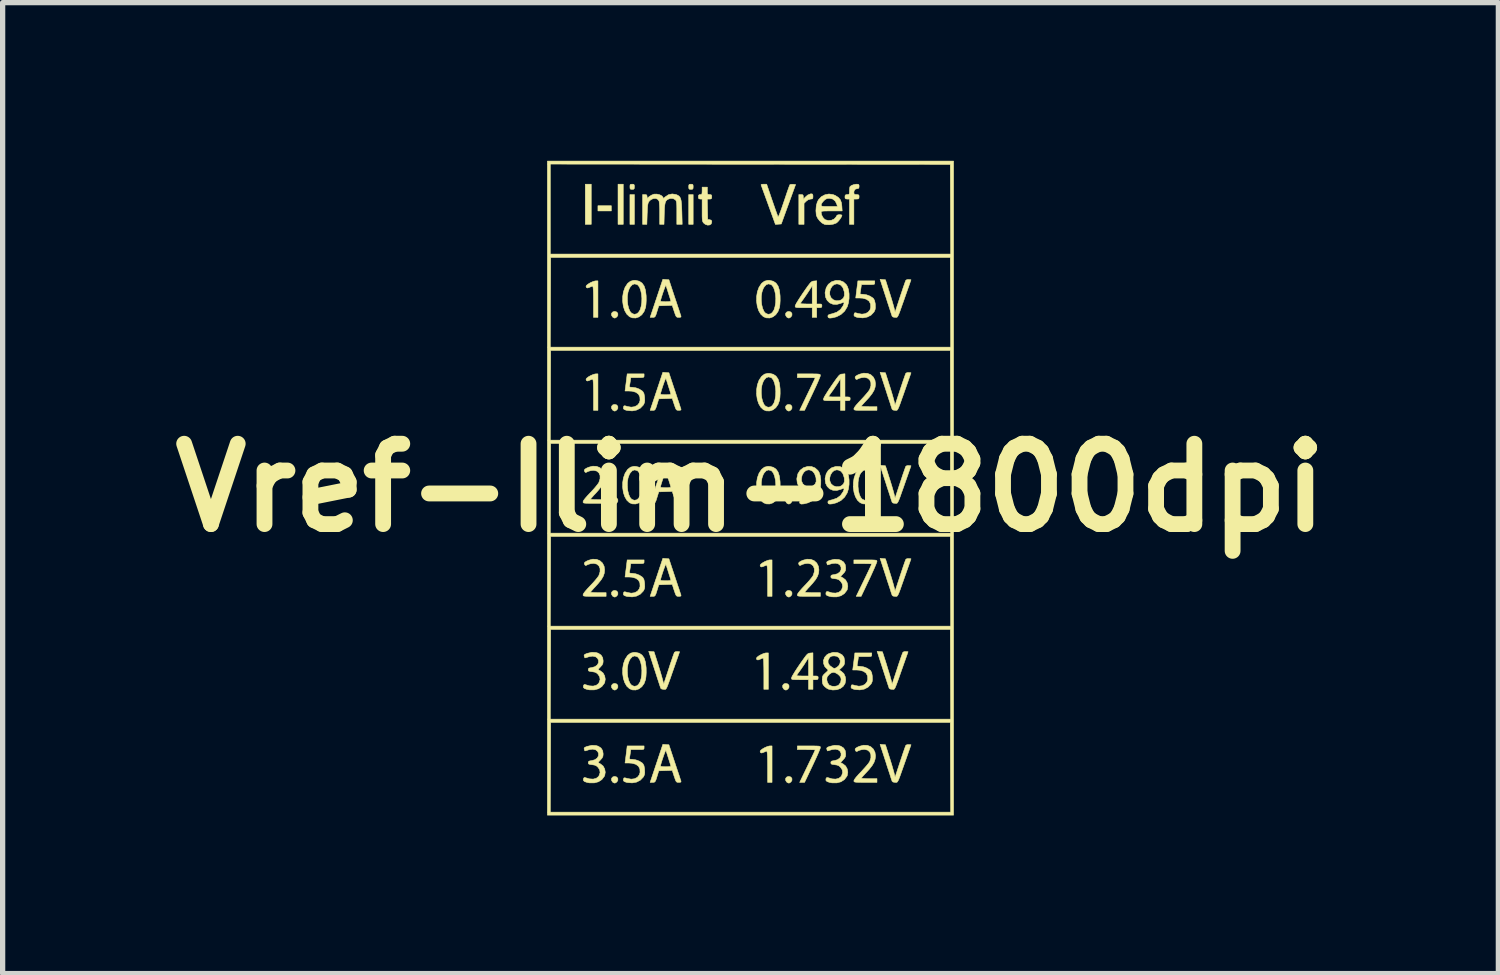
<source format=kicad_pcb>
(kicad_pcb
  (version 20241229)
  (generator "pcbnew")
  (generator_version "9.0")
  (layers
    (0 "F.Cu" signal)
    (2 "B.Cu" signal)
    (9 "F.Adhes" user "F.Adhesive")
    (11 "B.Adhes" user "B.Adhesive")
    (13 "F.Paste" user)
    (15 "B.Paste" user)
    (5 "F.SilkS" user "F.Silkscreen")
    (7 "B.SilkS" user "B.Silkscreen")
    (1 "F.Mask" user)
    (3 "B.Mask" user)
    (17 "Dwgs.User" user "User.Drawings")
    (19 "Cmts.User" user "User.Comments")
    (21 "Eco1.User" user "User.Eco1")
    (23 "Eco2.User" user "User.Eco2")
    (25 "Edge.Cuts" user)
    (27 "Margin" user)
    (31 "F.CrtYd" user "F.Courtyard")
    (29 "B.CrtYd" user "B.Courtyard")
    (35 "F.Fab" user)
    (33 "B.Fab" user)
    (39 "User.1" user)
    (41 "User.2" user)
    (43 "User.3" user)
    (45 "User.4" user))
  (footprint "Vref-Ilim-1800dpi"
    (layer "F.Cu")
    (at 11.183 6.2)
    (property "Reference" "Vref-Ilim-1800dpi" (at 0 0 0) (layer "F.SilkS") (effects (font (size 1.524 1.524) (thickness 0.3))))
    (attr through_hole)
    (fp_poly (pts (xy -3.02 -4.995) (xy -3.133 -4.995) (xy -3.133 -5.757) (xy -3.02 -5.757) (xy -3.02 -4.995)) (stroke (width 0.01) (type solid)) (fill yes) (layer "F.SilkS"))
    (fp_poly (pts (xy -2.639 -5.249) (xy -2.893 -5.249) (xy -2.893 -5.348) (xy -2.639 -5.348) (xy -2.639 -5.249)) (stroke (width 0.01) (type solid)) (fill yes) (layer "F.SilkS"))
    (fp_poly (pts (xy -2.413 -4.995) (xy -2.512 -4.995) (xy -2.512 -5.757) (xy -2.413 -5.757) (xy -2.413 -4.995)) (stroke (width 0.01) (type solid)) (fill yes) (layer "F.SilkS"))
    (fp_poly (pts (xy -2.201 -4.995) (xy -2.286 -4.995) (xy -2.286 -5.56) (xy -2.201 -5.56) (xy -2.201 -4.995)) (stroke (width 0.01) (type solid)) (fill yes) (layer "F.SilkS"))
    (fp_poly (pts (xy -1.087 -4.995) (xy -1.171 -4.995) (xy -1.171 -5.56) (xy -1.087 -5.56) (xy -1.087 -4.995)) (stroke (width 0.01) (type solid)) (fill yes) (layer "F.SilkS"))
    (fp_poly (pts (xy -2.537 -3.333) (xy -2.516 -3.306) (xy -2.515 -3.271) (xy -2.534 -3.24) (xy -2.56 -3.222) (xy -2.575 -3.217) (xy -2.6 -3.227) (xy -2.617 -3.24) (xy -2.637 -3.275) (xy -2.634 -3.31) (xy -2.61 -3.335) (xy -2.575 -3.344) (xy -2.537 -3.333)) (stroke (width 0.01) (type solid)) (fill yes) (layer "F.SilkS"))
    (fp_poly (pts (xy -2.537 -1.57) (xy -2.516 -1.542) (xy -2.515 -1.507) (xy -2.534 -1.476) (xy -2.56 -1.458) (xy -2.575 -1.453) (xy -2.6 -1.463) (xy -2.617 -1.476) (xy -2.637 -1.511) (xy -2.634 -1.546) (xy -2.61 -1.572) (xy -2.575 -1.58) (xy -2.537 -1.57)) (stroke (width 0.01) (type solid)) (fill yes) (layer "F.SilkS"))
    (fp_poly (pts (xy -2.537 0.194) (xy -2.516 0.222) (xy -2.515 0.257) (xy -2.534 0.288) (xy -2.56 0.306) (xy -2.575 0.31) (xy -2.6 0.301) (xy -2.617 0.288) (xy -2.637 0.253) (xy -2.634 0.218) (xy -2.61 0.192) (xy -2.575 0.183) (xy -2.537 0.194)) (stroke (width 0.01) (type solid)) (fill yes) (layer "F.SilkS"))
    (fp_poly (pts (xy -2.537 1.958) (xy -2.516 1.985) (xy -2.515 2.021) (xy -2.534 2.052) (xy -2.56 2.07) (xy -2.575 2.074) (xy -2.6 2.065) (xy -2.617 2.052) (xy -2.637 2.017) (xy -2.634 1.982) (xy -2.61 1.956) (xy -2.575 1.947) (xy -2.537 1.958)) (stroke (width 0.01) (type solid)) (fill yes) (layer "F.SilkS"))
    (fp_poly (pts (xy -2.537 3.722) (xy -2.516 3.749) (xy -2.515 3.785) (xy -2.534 3.816) (xy -2.56 3.834) (xy -2.575 3.838) (xy -2.6 3.829) (xy -2.617 3.816) (xy -2.637 3.781) (xy -2.634 3.746) (xy -2.61 3.72) (xy -2.575 3.711) (xy -2.537 3.722)) (stroke (width 0.01) (type solid)) (fill yes) (layer "F.SilkS"))
    (fp_poly (pts (xy -2.537 5.486) (xy -2.516 5.513) (xy -2.515 5.548) (xy -2.534 5.58) (xy -2.56 5.598) (xy -2.575 5.602) (xy -2.6 5.593) (xy -2.617 5.58) (xy -2.637 5.545) (xy -2.634 5.51) (xy -2.61 5.484) (xy -2.575 5.475) (xy -2.537 5.486)) (stroke (width 0.01) (type solid)) (fill yes) (layer "F.SilkS"))
    (fp_poly (pts (xy -2.215 -5.755) (xy -2.204 -5.741) (xy -2.201 -5.708) (xy -2.204 -5.675) (xy -2.216 -5.661) (xy -2.244 -5.659) (xy -2.272 -5.661) (xy -2.284 -5.675) (xy -2.286 -5.708) (xy -2.284 -5.741) (xy -2.272 -5.755) (xy -2.244 -5.757) (xy -2.215 -5.755)) (stroke (width 0.01) (type solid)) (fill yes) (layer "F.SilkS"))
    (fp_poly (pts (xy -1.1 -5.755) (xy -1.089 -5.741) (xy -1.087 -5.708) (xy -1.089 -5.675) (xy -1.101 -5.661) (xy -1.129 -5.659) (xy -1.157 -5.661) (xy -1.169 -5.675) (xy -1.171 -5.708) (xy -1.169 -5.741) (xy -1.157 -5.755) (xy -1.129 -5.757) (xy -1.1 -5.755)) (stroke (width 0.01) (type solid)) (fill yes) (layer "F.SilkS"))
    (fp_poly (pts (xy 0.709 3.722) (xy 0.73 3.749) (xy 0.731 3.785) (xy 0.712 3.816) (xy 0.686 3.834) (xy 0.67 3.838) (xy 0.645 3.829) (xy 0.629 3.816) (xy 0.609 3.781) (xy 0.612 3.746) (xy 0.635 3.72) (xy 0.67 3.711) (xy 0.709 3.722)) (stroke (width 0.01) (type solid)) (fill yes) (layer "F.SilkS"))
    (fp_poly (pts (xy 0.765 -3.333) (xy 0.786 -3.306) (xy 0.787 -3.271) (xy 0.768 -3.24) (xy 0.742 -3.222) (xy 0.727 -3.217) (xy 0.702 -3.227) (xy 0.685 -3.24) (xy 0.665 -3.275) (xy 0.668 -3.31) (xy 0.692 -3.335) (xy 0.727 -3.344) (xy 0.765 -3.333)) (stroke (width 0.01) (type solid)) (fill yes) (layer "F.SilkS"))
    (fp_poly (pts (xy 0.765 -1.57) (xy 0.786 -1.542) (xy 0.787 -1.507) (xy 0.768 -1.476) (xy 0.742 -1.458) (xy 0.727 -1.453) (xy 0.702 -1.463) (xy 0.685 -1.476) (xy 0.665 -1.511) (xy 0.668 -1.546) (xy 0.692 -1.572) (xy 0.727 -1.58) (xy 0.765 -1.57)) (stroke (width 0.01) (type solid)) (fill yes) (layer "F.SilkS"))
    (fp_poly (pts (xy 0.765 0.194) (xy 0.786 0.222) (xy 0.787 0.257) (xy 0.768 0.288) (xy 0.742 0.306) (xy 0.727 0.31) (xy 0.702 0.301) (xy 0.685 0.288) (xy 0.665 0.253) (xy 0.668 0.218) (xy 0.692 0.192) (xy 0.727 0.183) (xy 0.765 0.194)) (stroke (width 0.01) (type solid)) (fill yes) (layer "F.SilkS"))
    (fp_poly (pts (xy 0.765 1.958) (xy 0.786 1.985) (xy 0.787 2.021) (xy 0.768 2.052) (xy 0.742 2.07) (xy 0.727 2.074) (xy 0.702 2.065) (xy 0.685 2.052) (xy 0.665 2.017) (xy 0.668 1.982) (xy 0.692 1.956) (xy 0.727 1.947) (xy 0.765 1.958)) (stroke (width 0.01) (type solid)) (fill yes) (layer "F.SilkS"))
    (fp_poly (pts (xy 0.765 5.486) (xy 0.786 5.513) (xy 0.787 5.548) (xy 0.768 5.58) (xy 0.742 5.598) (xy 0.727 5.602) (xy 0.702 5.593) (xy 0.685 5.58) (xy 0.665 5.545) (xy 0.668 5.51) (xy 0.692 5.484) (xy 0.727 5.475) (xy 0.765 5.486)) (stroke (width 0.01) (type solid)) (fill yes) (layer "F.SilkS"))
    (fp_poly (pts (xy -2.893 -3.231) (xy -2.977 -3.231) (xy -2.977 -3.528) (xy -2.978 -3.643) (xy -2.98 -3.73) (xy -2.984 -3.789) (xy -2.989 -3.819) (xy -2.992 -3.824) (xy -3.014 -3.818) (xy -3.047 -3.803) (xy -3.049 -3.802) (xy -3.089 -3.788) (xy -3.112 -3.797) (xy -3.119 -3.821) (xy -3.106 -3.841) (xy -3.075 -3.865) (xy -3.033 -3.89) (xy -2.987 -3.91) (xy -2.946 -3.922) (xy -2.931 -3.923) (xy -2.893 -3.923) (xy -2.893 -3.231)) (stroke (width 0.01) (type solid)) (fill yes) (layer "F.SilkS"))
    (fp_poly (pts (xy -2.893 -1.468) (xy -2.977 -1.468) (xy -2.977 -1.764) (xy -2.978 -1.879) (xy -2.98 -1.966) (xy -2.984 -2.025) (xy -2.989 -2.055) (xy -2.992 -2.06) (xy -3.014 -2.054) (xy -3.047 -2.04) (xy -3.049 -2.038) (xy -3.089 -2.024) (xy -3.112 -2.033) (xy -3.119 -2.058) (xy -3.106 -2.077) (xy -3.075 -2.102) (xy -3.033 -2.126) (xy -2.987 -2.146) (xy -2.946 -2.158) (xy -2.931 -2.159) (xy -2.893 -2.159) (xy -2.893 -1.468)) (stroke (width 0.01) (type solid)) (fill yes) (layer "F.SilkS"))
    (fp_poly (pts (xy 0.339 3.824) (xy 0.254 3.824) (xy 0.254 3.528) (xy 0.253 3.413) (xy 0.251 3.326) (xy 0.248 3.267) (xy 0.243 3.236) (xy 0.239 3.231) (xy 0.217 3.237) (xy 0.184 3.252) (xy 0.182 3.253) (xy 0.142 3.267) (xy 0.119 3.259) (xy 0.113 3.234) (xy 0.125 3.214) (xy 0.156 3.19) (xy 0.199 3.166) (xy 0.244 3.146) (xy 0.285 3.134) (xy 0.3 3.133) (xy 0.339 3.133) (xy 0.339 3.824)) (stroke (width 0.01) (type solid)) (fill yes) (layer "F.SilkS"))
    (fp_poly (pts (xy 0.409 2.06) (xy 0.325 2.06) (xy 0.325 1.764) (xy 0.324 1.649) (xy 0.322 1.562) (xy 0.318 1.503) (xy 0.313 1.472) (xy 0.31 1.468) (xy 0.288 1.474) (xy 0.255 1.488) (xy 0.253 1.489) (xy 0.213 1.503) (xy 0.19 1.495) (xy 0.183 1.47) (xy 0.196 1.45) (xy 0.227 1.426) (xy 0.269 1.402) (xy 0.315 1.382) (xy 0.356 1.37) (xy 0.371 1.369) (xy 0.409 1.369) (xy 0.409 2.06)) (stroke (width 0.01) (type solid)) (fill yes) (layer "F.SilkS"))
    (fp_poly (pts (xy 0.409 5.588) (xy 0.325 5.588) (xy 0.325 5.292) (xy 0.324 5.177) (xy 0.322 5.09) (xy 0.318 5.031) (xy 0.313 5) (xy 0.31 4.995) (xy 0.288 5.001) (xy 0.255 5.016) (xy 0.253 5.017) (xy 0.213 5.031) (xy 0.19 5.023) (xy 0.183 4.998) (xy 0.196 4.978) (xy 0.227 4.954) (xy 0.269 4.93) (xy 0.315 4.91) (xy 0.356 4.898) (xy 0.371 4.897) (xy 0.409 4.897) (xy 0.409 5.588)) (stroke (width 0.01) (type solid)) (fill yes) (layer "F.SilkS"))
    (fp_poly (pts (xy 1.176 -5.569) (xy 1.184 -5.548) (xy 1.185 -5.524) (xy 1.183 -5.491) (xy 1.171 -5.478) (xy 1.142 -5.475) (xy 1.093 -5.462) (xy 1.057 -5.434) (xy 1.016 -5.393) (xy 1.016 -4.995) (xy 0.917 -4.995) (xy 0.917 -5.56) (xy 0.96 -5.56) (xy 0.989 -5.557) (xy 1 -5.542) (xy 1.002 -5.514) (xy 1.002 -5.468) (xy 1.034 -5.506) (xy 1.085 -5.551) (xy 1.14 -5.573) (xy 1.156 -5.574) (xy 1.176 -5.569)) (stroke (width 0.01) (type solid)) (fill yes) (layer "F.SilkS"))
    (fp_poly (pts (xy 1.191 -2.159) (xy 1.249 -2.158) (xy 1.288 -2.156) (xy 1.311 -2.152) (xy 1.322 -2.146) (xy 1.326 -2.137) (xy 1.326 -2.13) (xy 1.321 -2.109) (xy 1.304 -2.067) (xy 1.279 -2.007) (xy 1.246 -1.933) (xy 1.207 -1.85) (xy 1.176 -1.784) (xy 1.026 -1.468) (xy 0.933 -1.468) (xy 1.08 -1.773) (xy 1.121 -1.858) (xy 1.158 -1.935) (xy 1.189 -1.999) (xy 1.212 -2.047) (xy 1.225 -2.076) (xy 1.228 -2.083) (xy 1.214 -2.085) (xy 1.178 -2.087) (xy 1.125 -2.088) (xy 1.06 -2.088) (xy 0.889 -2.088) (xy 0.889 -2.159) (xy 1.108 -2.159) (xy 1.191 -2.159)) (stroke (width 0.01) (type solid)) (fill yes) (layer "F.SilkS"))
    (fp_poly (pts (xy 2.263 1.369) (xy 2.322 1.37) (xy 2.361 1.372) (xy 2.384 1.376) (xy 2.395 1.382) (xy 2.399 1.391) (xy 2.399 1.398) (xy 2.393 1.419) (xy 2.376 1.461) (xy 2.351 1.521) (xy 2.318 1.594) (xy 2.28 1.678) (xy 2.249 1.744) (xy 2.099 2.06) (xy 2.005 2.06) (xy 2.153 1.755) (xy 2.194 1.67) (xy 2.231 1.593) (xy 2.261 1.529) (xy 2.284 1.48) (xy 2.297 1.451) (xy 2.3 1.445) (xy 2.287 1.443) (xy 2.251 1.441) (xy 2.198 1.44) (xy 2.133 1.439) (xy 1.961 1.439) (xy 1.961 1.369) (xy 2.18 1.369) (xy 2.263 1.369)) (stroke (width 0.01) (type solid)) (fill yes) (layer "F.SilkS"))
    (fp_poly (pts (xy 1.191 4.897) (xy 1.249 4.898) (xy 1.288 4.9) (xy 1.311 4.903) (xy 1.322 4.91) (xy 1.326 4.919) (xy 1.326 4.926) (xy 1.321 4.947) (xy 1.304 4.989) (xy 1.279 5.048) (xy 1.246 5.122) (xy 1.207 5.206) (xy 1.176 5.272) (xy 1.026 5.588) (xy 0.933 5.588) (xy 1.08 5.283) (xy 1.121 5.197) (xy 1.158 5.121) (xy 1.189 5.057) (xy 1.212 5.008) (xy 1.225 4.979) (xy 1.228 4.972) (xy 1.214 4.97) (xy 1.178 4.969) (xy 1.125 4.968) (xy 1.06 4.967) (xy 1.058 4.967) (xy 0.889 4.967) (xy 0.889 4.897) (xy 1.108 4.897) (xy 1.191 4.897)) (stroke (width 0.01) (type solid)) (fill yes) (layer "F.SilkS"))
    (fp_poly (pts (xy 0.409 -5.457) (xy 0.439 -5.37) (xy 0.467 -5.29) (xy 0.491 -5.223) (xy 0.509 -5.173) (xy 0.52 -5.144) (xy 0.522 -5.138) (xy 0.53 -5.144) (xy 0.545 -5.176) (xy 0.566 -5.23) (xy 0.593 -5.304) (xy 0.625 -5.398) (xy 0.635 -5.427) (xy 0.665 -5.516) (xy 0.692 -5.596) (xy 0.715 -5.662) (xy 0.733 -5.712) (xy 0.745 -5.742) (xy 0.748 -5.748) (xy 0.768 -5.754) (xy 0.803 -5.755) (xy 0.807 -5.755) (xy 0.856 -5.75) (xy 0.584 -5.002) (xy 0.528 -4.998) (xy 0.473 -4.994) (xy 0.339 -5.364) (xy 0.304 -5.46) (xy 0.272 -5.548) (xy 0.244 -5.624) (xy 0.222 -5.685) (xy 0.207 -5.726) (xy 0.2 -5.745) (xy 0.2 -5.745) (xy 0.209 -5.753) (xy 0.238 -5.757) (xy 0.251 -5.757) (xy 0.307 -5.757) (xy 0.409 -5.457)) (stroke (width 0.01) (type solid)) (fill yes) (layer "F.SilkS"))
    (fp_poly (pts (xy -1.879 3.107) (xy -1.829 3.111) (xy -1.761 3.323) (xy -1.736 3.405) (xy -1.711 3.486) (xy -1.69 3.558) (xy -1.674 3.614) (xy -1.67 3.629) (xy -1.645 3.724) (xy -1.549 3.432) (xy -1.521 3.345) (xy -1.494 3.267) (xy -1.472 3.201) (xy -1.454 3.153) (xy -1.444 3.125) (xy -1.442 3.121) (xy -1.419 3.109) (xy -1.386 3.107) (xy -1.344 3.111) (xy -1.448 3.408) (xy -1.489 3.524) (xy -1.521 3.617) (xy -1.547 3.688) (xy -1.567 3.741) (xy -1.582 3.779) (xy -1.594 3.803) (xy -1.604 3.817) (xy -1.614 3.824) (xy -1.624 3.825) (xy -1.636 3.824) (xy -1.646 3.824) (xy -1.683 3.818) (xy -1.702 3.804) (xy -1.708 3.785) (xy -1.722 3.744) (xy -1.742 3.683) (xy -1.767 3.607) (xy -1.795 3.52) (xy -1.82 3.443) (xy -1.93 3.103) (xy -1.879 3.107)) (stroke (width 0.01) (type solid)) (fill yes) (layer "F.SilkS"))
    (fp_poly (pts (xy 2.048 -5.754) (xy 2.059 -5.737) (xy 2.06 -5.715) (xy 2.056 -5.685) (xy 2.04 -5.673) (xy 2.028 -5.673) (xy 1.987 -5.662) (xy 1.965 -5.63) (xy 1.961 -5.599) (xy 1.965 -5.573) (xy 1.979 -5.562) (xy 2.011 -5.56) (xy 2.044 -5.557) (xy 2.058 -5.545) (xy 2.06 -5.517) (xy 2.057 -5.489) (xy 2.044 -5.477) (xy 2.011 -5.475) (xy 1.961 -5.475) (xy 1.961 -4.995) (xy 1.877 -4.995) (xy 1.877 -5.475) (xy 1.834 -5.475) (xy 1.804 -5.479) (xy 1.793 -5.495) (xy 1.792 -5.517) (xy 1.796 -5.547) (xy 1.812 -5.558) (xy 1.834 -5.56) (xy 1.86 -5.561) (xy 1.872 -5.572) (xy 1.877 -5.597) (xy 1.877 -5.627) (xy 1.879 -5.67) (xy 1.885 -5.703) (xy 1.888 -5.711) (xy 1.913 -5.731) (xy 1.956 -5.748) (xy 2.004 -5.757) (xy 2.019 -5.757) (xy 2.048 -5.754)) (stroke (width 0.01) (type solid)) (fill yes) (layer "F.SilkS"))
    (fp_poly (pts (xy 2.453 3.107) (xy 2.503 3.111) (xy 2.571 3.323) (xy 2.596 3.405) (xy 2.621 3.486) (xy 2.643 3.558) (xy 2.658 3.614) (xy 2.663 3.629) (xy 2.687 3.724) (xy 2.783 3.432) (xy 2.811 3.345) (xy 2.838 3.267) (xy 2.86 3.201) (xy 2.878 3.153) (xy 2.889 3.125) (xy 2.891 3.121) (xy 2.913 3.109) (xy 2.946 3.107) (xy 2.989 3.111) (xy 2.884 3.408) (xy 2.843 3.524) (xy 2.811 3.617) (xy 2.785 3.688) (xy 2.765 3.741) (xy 2.75 3.779) (xy 2.738 3.803) (xy 2.728 3.817) (xy 2.718 3.824) (xy 2.708 3.825) (xy 2.696 3.824) (xy 2.687 3.824) (xy 2.649 3.818) (xy 2.63 3.804) (xy 2.624 3.785) (xy 2.61 3.744) (xy 2.59 3.683) (xy 2.565 3.607) (xy 2.537 3.52) (xy 2.512 3.443) (xy 2.402 3.103) (xy 2.453 3.107)) (stroke (width 0.01) (type solid)) (fill yes) (layer "F.SilkS"))
    (fp_poly (pts (xy 2.509 -3.948) (xy 2.56 -3.944) (xy 2.627 -3.732) (xy 2.653 -3.651) (xy 2.678 -3.57) (xy 2.699 -3.497) (xy 2.715 -3.441) (xy 2.719 -3.426) (xy 2.743 -3.331) (xy 2.839 -3.624) (xy 2.868 -3.71) (xy 2.894 -3.789) (xy 2.917 -3.854) (xy 2.934 -3.903) (xy 2.945 -3.93) (xy 2.947 -3.935) (xy 2.969 -3.947) (xy 3.002 -3.949) (xy 3.045 -3.944) (xy 2.941 -3.648) (xy 2.9 -3.531) (xy 2.867 -3.439) (xy 2.842 -3.367) (xy 2.822 -3.314) (xy 2.807 -3.277) (xy 2.794 -3.252) (xy 2.784 -3.238) (xy 2.775 -3.232) (xy 2.765 -3.23) (xy 2.752 -3.231) (xy 2.743 -3.231) (xy 2.705 -3.237) (xy 2.687 -3.252) (xy 2.68 -3.27) (xy 2.666 -3.312) (xy 2.647 -3.372) (xy 2.622 -3.448) (xy 2.593 -3.536) (xy 2.569 -3.612) (xy 2.458 -3.953) (xy 2.509 -3.948)) (stroke (width 0.01) (type solid)) (fill yes) (layer "F.SilkS"))
    (fp_poly (pts (xy 2.509 -2.184) (xy 2.56 -2.18) (xy 2.627 -1.968) (xy 2.653 -1.887) (xy 2.678 -1.806) (xy 2.699 -1.734) (xy 2.715 -1.678) (xy 2.719 -1.662) (xy 2.743 -1.568) (xy 2.839 -1.86) (xy 2.868 -1.947) (xy 2.894 -2.025) (xy 2.917 -2.09) (xy 2.934 -2.139) (xy 2.945 -2.167) (xy 2.947 -2.171) (xy 2.969 -2.183) (xy 3.002 -2.185) (xy 3.045 -2.18) (xy 2.941 -1.884) (xy 2.9 -1.767) (xy 2.867 -1.675) (xy 2.842 -1.603) (xy 2.822 -1.55) (xy 2.807 -1.513) (xy 2.794 -1.489) (xy 2.784 -1.474) (xy 2.775 -1.468) (xy 2.765 -1.467) (xy 2.752 -1.467) (xy 2.743 -1.468) (xy 2.705 -1.473) (xy 2.687 -1.488) (xy 2.68 -1.506) (xy 2.666 -1.548) (xy 2.647 -1.609) (xy 2.622 -1.684) (xy 2.593 -1.772) (xy 2.569 -1.848) (xy 2.458 -2.189) (xy 2.509 -2.184)) (stroke (width 0.01) (type solid)) (fill yes) (layer "F.SilkS"))
    (fp_poly (pts (xy 2.509 -0.421) (xy 2.56 -0.416) (xy 2.627 -0.205) (xy 2.653 -0.123) (xy 2.678 -0.042) (xy 2.699 0.03) (xy 2.715 0.086) (xy 2.719 0.102) (xy 2.743 0.196) (xy 2.839 -0.096) (xy 2.868 -0.183) (xy 2.894 -0.261) (xy 2.917 -0.326) (xy 2.934 -0.375) (xy 2.945 -0.403) (xy 2.947 -0.407) (xy 2.969 -0.419) (xy 3.002 -0.421) (xy 3.045 -0.416) (xy 2.941 -0.12) (xy 2.9 -0.003) (xy 2.867 0.089) (xy 2.842 0.161) (xy 2.822 0.214) (xy 2.807 0.251) (xy 2.794 0.275) (xy 2.784 0.289) (xy 2.775 0.296) (xy 2.765 0.297) (xy 2.752 0.297) (xy 2.743 0.296) (xy 2.705 0.291) (xy 2.687 0.276) (xy 2.68 0.258) (xy 2.666 0.216) (xy 2.647 0.155) (xy 2.622 0.079) (xy 2.593 -0.008) (xy 2.569 -0.085) (xy 2.458 -0.425) (xy 2.509 -0.421)) (stroke (width 0.01) (type solid)) (fill yes) (layer "F.SilkS"))
    (fp_poly (pts (xy 2.509 1.343) (xy 2.56 1.348) (xy 2.627 1.559) (xy 2.653 1.641) (xy 2.678 1.722) (xy 2.699 1.794) (xy 2.715 1.85) (xy 2.719 1.866) (xy 2.743 1.96) (xy 2.839 1.668) (xy 2.868 1.581) (xy 2.894 1.503) (xy 2.917 1.437) (xy 2.934 1.389) (xy 2.945 1.361) (xy 2.947 1.357) (xy 2.969 1.345) (xy 3.002 1.343) (xy 3.045 1.348) (xy 2.941 1.644) (xy 2.9 1.76) (xy 2.867 1.853) (xy 2.842 1.925) (xy 2.822 1.978) (xy 2.807 2.015) (xy 2.794 2.039) (xy 2.784 2.053) (xy 2.775 2.06) (xy 2.765 2.061) (xy 2.752 2.061) (xy 2.743 2.06) (xy 2.705 2.055) (xy 2.687 2.04) (xy 2.68 2.021) (xy 2.666 1.98) (xy 2.647 1.919) (xy 2.622 1.843) (xy 2.593 1.756) (xy 2.569 1.679) (xy 2.458 1.339) (xy 2.509 1.343)) (stroke (width 0.01) (type solid)) (fill yes) (layer "F.SilkS"))
    (fp_poly (pts (xy 2.509 4.871) (xy 2.56 4.875) (xy 2.627 5.087) (xy 2.653 5.169) (xy 2.678 5.25) (xy 2.699 5.322) (xy 2.715 5.378) (xy 2.719 5.393) (xy 2.743 5.488) (xy 2.839 5.196) (xy 2.868 5.109) (xy 2.894 5.031) (xy 2.917 4.965) (xy 2.934 4.917) (xy 2.945 4.889) (xy 2.947 4.885) (xy 2.969 4.873) (xy 3.002 4.871) (xy 3.045 4.875) (xy 2.941 5.172) (xy 2.9 5.288) (xy 2.867 5.381) (xy 2.842 5.452) (xy 2.822 5.505) (xy 2.807 5.543) (xy 2.794 5.567) (xy 2.784 5.581) (xy 2.775 5.587) (xy 2.765 5.589) (xy 2.752 5.588) (xy 2.743 5.588) (xy 2.705 5.582) (xy 2.687 5.568) (xy 2.68 5.549) (xy 2.666 5.508) (xy 2.647 5.447) (xy 2.622 5.371) (xy 2.593 5.284) (xy 2.569 5.207) (xy 2.458 4.867) (xy 2.509 4.871)) (stroke (width 0.01) (type solid)) (fill yes) (layer "F.SilkS"))
    (fp_poly (pts (xy -0.818 -5.63) (xy -0.818 -5.589) (xy -0.812 -5.568) (xy -0.797 -5.561) (xy -0.776 -5.56) (xy -0.746 -5.556) (xy -0.735 -5.54) (xy -0.734 -5.517) (xy -0.737 -5.488) (xy -0.754 -5.476) (xy -0.777 -5.475) (xy -0.819 -5.475) (xy -0.811 -5.087) (xy -0.773 -5.083) (xy -0.744 -5.074) (xy -0.734 -5.052) (xy -0.734 -5.038) (xy -0.745 -5.003) (xy -0.773 -4.984) (xy -0.812 -4.98) (xy -0.854 -4.994) (xy -0.883 -5.016) (xy -0.896 -5.03) (xy -0.905 -5.046) (xy -0.911 -5.067) (xy -0.915 -5.1) (xy -0.917 -5.148) (xy -0.917 -5.217) (xy -0.917 -5.263) (xy -0.917 -5.475) (xy -0.953 -5.475) (xy -0.978 -5.48) (xy -0.987 -5.499) (xy -0.988 -5.517) (xy -0.984 -5.548) (xy -0.968 -5.559) (xy -0.953 -5.56) (xy -0.932 -5.562) (xy -0.921 -5.574) (xy -0.918 -5.602) (xy -0.917 -5.63) (xy -0.917 -5.701) (xy -0.818 -5.701) (xy -0.818 -5.63)) (stroke (width 0.01) (type solid)) (fill yes) (layer "F.SilkS"))
    (fp_poly (pts (xy 1.256 -3.485) (xy 1.305 -3.485) (xy 1.339 -3.483) (xy 1.352 -3.471) (xy 1.355 -3.45) (xy 1.351 -3.426) (xy 1.334 -3.417) (xy 1.305 -3.415) (xy 1.256 -3.415) (xy 1.256 -3.231) (xy 1.171 -3.231) (xy 1.171 -3.415) (xy 1.009 -3.415) (xy 0.939 -3.415) (xy 0.893 -3.416) (xy 0.866 -3.42) (xy 0.852 -3.426) (xy 0.848 -3.436) (xy 0.847 -3.447) (xy 0.855 -3.468) (xy 0.869 -3.493) (xy 0.945 -3.493) (xy 0.958 -3.49) (xy 0.993 -3.487) (xy 1.042 -3.486) (xy 1.058 -3.485) (xy 1.171 -3.485) (xy 1.171 -3.831) (xy 1.114 -3.742) (xy 1.076 -3.684) (xy 1.033 -3.621) (xy 1.002 -3.577) (xy 0.973 -3.537) (xy 0.953 -3.507) (xy 0.945 -3.493) (xy 0.869 -3.493) (xy 0.877 -3.508) (xy 0.91 -3.562) (xy 0.952 -3.627) (xy 0.999 -3.697) (xy 1.052 -3.774) (xy 1.092 -3.83) (xy 1.122 -3.869) (xy 1.145 -3.895) (xy 1.163 -3.909) (xy 1.18 -3.917) (xy 1.199 -3.92) (xy 1.203 -3.92) (xy 1.256 -3.925) (xy 1.256 -3.485)) (stroke (width 0.01) (type solid)) (fill yes) (layer "F.SilkS"))
    (fp_poly (pts (xy 1.792 -1.722) (xy 1.841 -1.722) (xy 1.875 -1.719) (xy 1.889 -1.707) (xy 1.891 -1.686) (xy 1.887 -1.662) (xy 1.871 -1.653) (xy 1.841 -1.651) (xy 1.792 -1.651) (xy 1.792 -1.468) (xy 1.707 -1.468) (xy 1.707 -1.651) (xy 1.545 -1.651) (xy 1.476 -1.651) (xy 1.429 -1.652) (xy 1.402 -1.656) (xy 1.388 -1.662) (xy 1.384 -1.672) (xy 1.384 -1.683) (xy 1.392 -1.704) (xy 1.405 -1.729) (xy 1.482 -1.729) (xy 1.495 -1.726) (xy 1.529 -1.723) (xy 1.579 -1.722) (xy 1.595 -1.722) (xy 1.707 -1.722) (xy 1.707 -2.067) (xy 1.651 -1.978) (xy 1.612 -1.92) (xy 1.57 -1.857) (xy 1.538 -1.813) (xy 1.51 -1.774) (xy 1.489 -1.743) (xy 1.482 -1.729) (xy 1.405 -1.729) (xy 1.413 -1.744) (xy 1.447 -1.799) (xy 1.488 -1.863) (xy 1.536 -1.933) (xy 1.589 -2.01) (xy 1.629 -2.066) (xy 1.659 -2.105) (xy 1.681 -2.131) (xy 1.7 -2.146) (xy 1.716 -2.153) (xy 1.735 -2.156) (xy 1.739 -2.156) (xy 1.792 -2.161) (xy 1.792 -1.722)) (stroke (width 0.01) (type solid)) (fill yes) (layer "F.SilkS"))
    (fp_poly (pts (xy 1.185 3.57) (xy 1.235 3.57) (xy 1.268 3.573) (xy 1.282 3.585) (xy 1.284 3.605) (xy 1.28 3.629) (xy 1.264 3.639) (xy 1.235 3.641) (xy 1.185 3.641) (xy 1.185 3.824) (xy 1.101 3.824) (xy 1.101 3.641) (xy 0.938 3.641) (xy 0.869 3.64) (xy 0.823 3.639) (xy 0.795 3.636) (xy 0.782 3.63) (xy 0.777 3.62) (xy 0.777 3.609) (xy 0.785 3.588) (xy 0.799 3.562) (xy 0.875 3.562) (xy 0.888 3.566) (xy 0.922 3.569) (xy 0.972 3.57) (xy 0.988 3.57) (xy 1.101 3.57) (xy 1.101 3.397) (xy 1.1 3.224) (xy 1.044 3.313) (xy 1.006 3.372) (xy 0.963 3.434) (xy 0.931 3.479) (xy 0.903 3.518) (xy 0.882 3.548) (xy 0.875 3.562) (xy 0.799 3.562) (xy 0.807 3.548) (xy 0.84 3.493) (xy 0.882 3.428) (xy 0.929 3.358) (xy 0.982 3.282) (xy 1.022 3.226) (xy 1.052 3.186) (xy 1.074 3.161) (xy 1.093 3.146) (xy 1.11 3.139) (xy 1.128 3.136) (xy 1.133 3.135) (xy 1.185 3.131) (xy 1.185 3.57)) (stroke (width 0.01) (type solid)) (fill yes) (layer "F.SilkS"))
    (fp_poly (pts (xy -2.018 -2.124) (xy -2.019 -2.107) (xy -2.026 -2.097) (xy -2.043 -2.091) (xy -2.078 -2.089) (xy -2.134 -2.088) (xy -2.144 -2.088) (xy -2.27 -2.088) (xy -2.279 -2.021) (xy -2.286 -1.976) (xy -2.293 -1.939) (xy -2.295 -1.93) (xy -2.295 -1.914) (xy -2.279 -1.907) (xy -2.242 -1.905) (xy -2.241 -1.905) (xy -2.174 -1.895) (xy -2.107 -1.87) (xy -2.052 -1.834) (xy -2.04 -1.822) (xy -2.02 -1.786) (xy -2.009 -1.729) (xy -2.007 -1.703) (xy -2.005 -1.649) (xy -2.011 -1.612) (xy -2.026 -1.579) (xy -2.034 -1.566) (xy -2.089 -1.509) (xy -2.16 -1.473) (xy -2.243 -1.457) (xy -2.335 -1.465) (xy -2.36 -1.47) (xy -2.398 -1.486) (xy -2.412 -1.508) (xy -2.405 -1.542) (xy -2.397 -1.553) (xy -2.379 -1.554) (xy -2.344 -1.544) (xy -2.335 -1.541) (xy -2.262 -1.528) (xy -2.197 -1.537) (xy -2.144 -1.565) (xy -2.108 -1.61) (xy -2.094 -1.658) (xy -2.098 -1.723) (xy -2.125 -1.775) (xy -2.175 -1.811) (xy -2.246 -1.831) (xy -2.301 -1.834) (xy -2.379 -1.834) (xy -2.358 -1.997) (xy -2.338 -2.159) (xy -2.018 -2.159) (xy -2.018 -2.124)) (stroke (width 0.01) (type solid)) (fill yes) (layer "F.SilkS"))
    (fp_poly (pts (xy -2.018 1.404) (xy -2.019 1.421) (xy -2.026 1.431) (xy -2.043 1.437) (xy -2.078 1.439) (xy -2.134 1.439) (xy -2.144 1.439) (xy -2.27 1.439) (xy -2.279 1.506) (xy -2.286 1.552) (xy -2.293 1.588) (xy -2.295 1.598) (xy -2.295 1.614) (xy -2.279 1.621) (xy -2.242 1.623) (xy -2.241 1.623) (xy -2.174 1.633) (xy -2.107 1.658) (xy -2.052 1.694) (xy -2.04 1.706) (xy -2.02 1.742) (xy -2.009 1.798) (xy -2.007 1.825) (xy -2.005 1.879) (xy -2.011 1.916) (xy -2.026 1.949) (xy -2.034 1.961) (xy -2.089 2.018) (xy -2.16 2.055) (xy -2.243 2.07) (xy -2.335 2.063) (xy -2.36 2.057) (xy -2.398 2.042) (xy -2.412 2.019) (xy -2.405 1.986) (xy -2.397 1.975) (xy -2.379 1.974) (xy -2.344 1.983) (xy -2.335 1.986) (xy -2.262 2) (xy -2.197 1.991) (xy -2.144 1.963) (xy -2.108 1.917) (xy -2.094 1.87) (xy -2.098 1.804) (xy -2.125 1.753) (xy -2.175 1.717) (xy -2.246 1.697) (xy -2.301 1.693) (xy -2.379 1.693) (xy -2.358 1.531) (xy -2.338 1.369) (xy -2.018 1.369) (xy -2.018 1.404)) (stroke (width 0.01) (type solid)) (fill yes) (layer "F.SilkS"))
    (fp_poly (pts (xy -2.018 4.932) (xy -2.019 4.949) (xy -2.026 4.959) (xy -2.043 4.964) (xy -2.078 4.967) (xy -2.134 4.967) (xy -2.144 4.967) (xy -2.27 4.967) (xy -2.279 5.034) (xy -2.286 5.08) (xy -2.293 5.116) (xy -2.295 5.126) (xy -2.295 5.141) (xy -2.279 5.149) (xy -2.242 5.151) (xy -2.241 5.151) (xy -2.174 5.161) (xy -2.107 5.186) (xy -2.052 5.221) (xy -2.04 5.234) (xy -2.02 5.27) (xy -2.009 5.326) (xy -2.007 5.352) (xy -2.005 5.406) (xy -2.011 5.444) (xy -2.026 5.477) (xy -2.034 5.489) (xy -2.089 5.546) (xy -2.16 5.583) (xy -2.243 5.598) (xy -2.335 5.591) (xy -2.36 5.585) (xy -2.398 5.57) (xy -2.412 5.547) (xy -2.405 5.514) (xy -2.397 5.502) (xy -2.379 5.502) (xy -2.344 5.511) (xy -2.335 5.514) (xy -2.262 5.527) (xy -2.197 5.519) (xy -2.144 5.491) (xy -2.108 5.445) (xy -2.094 5.397) (xy -2.098 5.332) (xy -2.125 5.281) (xy -2.175 5.245) (xy -2.246 5.225) (xy -2.301 5.221) (xy -2.379 5.221) (xy -2.358 5.059) (xy -2.338 4.897) (xy -2.018 4.897) (xy -2.018 4.932)) (stroke (width 0.01) (type solid)) (fill yes) (layer "F.SilkS"))
    (fp_poly (pts (xy 2.3 3.168) (xy 2.299 3.185) (xy 2.292 3.195) (xy 2.275 3.201) (xy 2.24 3.203) (xy 2.184 3.203) (xy 2.174 3.203) (xy 2.048 3.203) (xy 2.039 3.27) (xy 2.032 3.316) (xy 2.025 3.352) (xy 2.023 3.362) (xy 2.023 3.378) (xy 2.039 3.385) (xy 2.076 3.387) (xy 2.077 3.387) (xy 2.144 3.397) (xy 2.211 3.422) (xy 2.266 3.458) (xy 2.278 3.47) (xy 2.298 3.506) (xy 2.309 3.562) (xy 2.311 3.589) (xy 2.313 3.642) (xy 2.307 3.68) (xy 2.292 3.713) (xy 2.284 3.725) (xy 2.229 3.782) (xy 2.158 3.819) (xy 2.075 3.834) (xy 1.983 3.827) (xy 1.958 3.821) (xy 1.92 3.806) (xy 1.906 3.783) (xy 1.913 3.75) (xy 1.921 3.739) (xy 1.939 3.738) (xy 1.974 3.747) (xy 1.983 3.75) (xy 2.056 3.764) (xy 2.121 3.755) (xy 2.174 3.727) (xy 2.21 3.681) (xy 2.224 3.634) (xy 2.22 3.568) (xy 2.193 3.517) (xy 2.143 3.481) (xy 2.072 3.461) (xy 2.017 3.457) (xy 1.939 3.457) (xy 1.96 3.295) (xy 1.98 3.133) (xy 2.3 3.133) (xy 2.3 3.168)) (stroke (width 0.01) (type solid)) (fill yes) (layer "F.SilkS"))
    (fp_poly (pts (xy 2.357 -3.888) (xy 2.356 -3.871) (xy 2.349 -3.86) (xy 2.331 -3.855) (xy 2.297 -3.853) (xy 2.24 -3.852) (xy 2.23 -3.852) (xy 2.104 -3.852) (xy 2.095 -3.785) (xy 2.088 -3.74) (xy 2.082 -3.703) (xy 2.079 -3.694) (xy 2.079 -3.678) (xy 2.095 -3.671) (xy 2.133 -3.669) (xy 2.133 -3.669) (xy 2.201 -3.659) (xy 2.267 -3.634) (xy 2.322 -3.598) (xy 2.335 -3.585) (xy 2.354 -3.549) (xy 2.366 -3.493) (xy 2.368 -3.467) (xy 2.369 -3.413) (xy 2.363 -3.376) (xy 2.348 -3.343) (xy 2.34 -3.33) (xy 2.286 -3.273) (xy 2.215 -3.237) (xy 2.131 -3.221) (xy 2.039 -3.229) (xy 2.014 -3.234) (xy 1.976 -3.25) (xy 1.962 -3.272) (xy 1.969 -3.306) (xy 1.978 -3.317) (xy 1.995 -3.318) (xy 2.03 -3.308) (xy 2.04 -3.305) (xy 2.113 -3.292) (xy 2.178 -3.301) (xy 2.23 -3.329) (xy 2.267 -3.374) (xy 2.28 -3.422) (xy 2.277 -3.487) (xy 2.249 -3.539) (xy 2.199 -3.575) (xy 2.128 -3.595) (xy 2.074 -3.598) (xy 1.996 -3.598) (xy 2.016 -3.761) (xy 2.037 -3.923) (xy 2.357 -3.923) (xy 2.357 -3.888)) (stroke (width 0.01) (type solid)) (fill yes) (layer "F.SilkS"))
    (fp_poly (pts (xy -2.177 -3.933) (xy -2.108 -3.916) (xy -2.056 -3.881) (xy -2.017 -3.826) (xy -1.992 -3.749) (xy -1.979 -3.648) (xy -1.978 -3.628) (xy -1.977 -3.552) (xy -1.981 -3.481) (xy -1.988 -3.424) (xy -1.989 -3.42) (xy -2.017 -3.343) (xy -2.06 -3.282) (xy -2.115 -3.24) (xy -2.176 -3.219) (xy -2.241 -3.222) (xy -2.295 -3.244) (xy -2.345 -3.291) (xy -2.384 -3.357) (xy -2.411 -3.439) (xy -2.424 -3.53) (xy -2.424 -3.552) (xy -2.335 -3.552) (xy -2.327 -3.472) (xy -2.309 -3.4) (xy -2.283 -3.342) (xy -2.253 -3.309) (xy -2.205 -3.289) (xy -2.158 -3.298) (xy -2.125 -3.324) (xy -2.094 -3.372) (xy -2.074 -3.438) (xy -2.062 -3.514) (xy -2.06 -3.595) (xy -2.067 -3.675) (xy -2.083 -3.747) (xy -2.106 -3.806) (xy -2.138 -3.845) (xy -2.147 -3.852) (xy -2.196 -3.866) (xy -2.24 -3.852) (xy -2.279 -3.81) (xy -2.299 -3.776) (xy -2.322 -3.711) (xy -2.334 -3.634) (xy -2.335 -3.552) (xy -2.424 -3.552) (xy -2.424 -3.624) (xy -2.409 -3.717) (xy -2.378 -3.802) (xy -2.374 -3.808) (xy -2.329 -3.876) (xy -2.275 -3.917) (xy -2.212 -3.934) (xy -2.177 -3.933)) (stroke (width 0.01) (type solid)) (fill yes) (layer "F.SilkS"))
    (fp_poly (pts (xy -2.177 -0.405) (xy -2.108 -0.388) (xy -2.056 -0.353) (xy -2.017 -0.298) (xy -1.992 -0.221) (xy -1.979 -0.12) (xy -1.978 -0.1) (xy -1.977 -0.025) (xy -1.981 0.047) (xy -1.988 0.104) (xy -1.989 0.108) (xy -2.017 0.185) (xy -2.06 0.245) (xy -2.115 0.287) (xy -2.176 0.308) (xy -2.241 0.306) (xy -2.295 0.284) (xy -2.345 0.237) (xy -2.384 0.17) (xy -2.411 0.089) (xy -2.424 -0.002) (xy -2.424 -0.024) (xy -2.335 -0.024) (xy -2.327 0.056) (xy -2.309 0.128) (xy -2.283 0.185) (xy -2.253 0.219) (xy -2.205 0.238) (xy -2.158 0.23) (xy -2.125 0.204) (xy -2.094 0.156) (xy -2.074 0.09) (xy -2.062 0.014) (xy -2.06 -0.067) (xy -2.067 -0.147) (xy -2.083 -0.219) (xy -2.106 -0.278) (xy -2.138 -0.318) (xy -2.147 -0.324) (xy -2.196 -0.338) (xy -2.24 -0.324) (xy -2.279 -0.282) (xy -2.299 -0.248) (xy -2.322 -0.183) (xy -2.334 -0.106) (xy -2.335 -0.024) (xy -2.424 -0.024) (xy -2.424 -0.097) (xy -2.409 -0.189) (xy -2.378 -0.274) (xy -2.374 -0.281) (xy -2.329 -0.348) (xy -2.275 -0.39) (xy -2.212 -0.406) (xy -2.177 -0.405)) (stroke (width 0.01) (type solid)) (fill yes) (layer "F.SilkS"))
    (fp_poly (pts (xy -2.177 3.123) (xy -2.108 3.139) (xy -2.056 3.174) (xy -2.017 3.229) (xy -1.992 3.307) (xy -1.979 3.408) (xy -1.978 3.428) (xy -1.977 3.503) (xy -1.981 3.575) (xy -1.988 3.631) (xy -1.989 3.636) (xy -2.017 3.713) (xy -2.06 3.773) (xy -2.115 3.815) (xy -2.176 3.836) (xy -2.241 3.834) (xy -2.295 3.811) (xy -2.345 3.765) (xy -2.384 3.698) (xy -2.411 3.617) (xy -2.424 3.526) (xy -2.424 3.504) (xy -2.335 3.504) (xy -2.327 3.584) (xy -2.309 3.656) (xy -2.283 3.713) (xy -2.253 3.747) (xy -2.205 3.766) (xy -2.158 3.758) (xy -2.125 3.732) (xy -2.094 3.683) (xy -2.074 3.618) (xy -2.062 3.542) (xy -2.06 3.461) (xy -2.067 3.381) (xy -2.083 3.308) (xy -2.106 3.249) (xy -2.138 3.21) (xy -2.147 3.204) (xy -2.196 3.19) (xy -2.24 3.204) (xy -2.279 3.245) (xy -2.299 3.28) (xy -2.322 3.345) (xy -2.334 3.422) (xy -2.335 3.504) (xy -2.424 3.504) (xy -2.424 3.431) (xy -2.409 3.338) (xy -2.378 3.253) (xy -2.374 3.247) (xy -2.329 3.179) (xy -2.275 3.138) (xy -2.212 3.122) (xy -2.177 3.123)) (stroke (width 0.01) (type solid)) (fill yes) (layer "F.SilkS"))
    (fp_poly (pts (xy 0.363 -3.933) (xy 0.432 -3.916) (xy 0.484 -3.881) (xy 0.523 -3.826) (xy 0.548 -3.749) (xy 0.561 -3.648) (xy 0.562 -3.628) (xy 0.563 -3.552) (xy 0.559 -3.481) (xy 0.552 -3.424) (xy 0.551 -3.42) (xy 0.523 -3.343) (xy 0.48 -3.282) (xy 0.425 -3.24) (xy 0.364 -3.219) (xy 0.299 -3.222) (xy 0.245 -3.244) (xy 0.195 -3.291) (xy 0.156 -3.357) (xy 0.129 -3.439) (xy 0.116 -3.53) (xy 0.116 -3.552) (xy 0.205 -3.552) (xy 0.213 -3.472) (xy 0.231 -3.4) (xy 0.257 -3.342) (xy 0.287 -3.309) (xy 0.335 -3.289) (xy 0.382 -3.298) (xy 0.415 -3.324) (xy 0.446 -3.372) (xy 0.466 -3.438) (xy 0.478 -3.514) (xy 0.48 -3.595) (xy 0.473 -3.675) (xy 0.457 -3.747) (xy 0.434 -3.806) (xy 0.402 -3.845) (xy 0.393 -3.852) (xy 0.344 -3.866) (xy 0.3 -3.852) (xy 0.261 -3.81) (xy 0.241 -3.776) (xy 0.218 -3.711) (xy 0.206 -3.634) (xy 0.205 -3.552) (xy 0.116 -3.552) (xy 0.116 -3.624) (xy 0.131 -3.717) (xy 0.162 -3.802) (xy 0.166 -3.808) (xy 0.211 -3.876) (xy 0.265 -3.917) (xy 0.328 -3.934) (xy 0.363 -3.933)) (stroke (width 0.01) (type solid)) (fill yes) (layer "F.SilkS"))
    (fp_poly (pts (xy 0.363 -2.169) (xy 0.432 -2.152) (xy 0.484 -2.117) (xy 0.523 -2.062) (xy 0.548 -1.985) (xy 0.561 -1.884) (xy 0.562 -1.864) (xy 0.563 -1.789) (xy 0.559 -1.717) (xy 0.552 -1.66) (xy 0.551 -1.656) (xy 0.523 -1.579) (xy 0.48 -1.518) (xy 0.425 -1.476) (xy 0.364 -1.456) (xy 0.299 -1.458) (xy 0.245 -1.48) (xy 0.195 -1.527) (xy 0.156 -1.593) (xy 0.129 -1.675) (xy 0.116 -1.766) (xy 0.116 -1.788) (xy 0.205 -1.788) (xy 0.213 -1.708) (xy 0.231 -1.636) (xy 0.257 -1.578) (xy 0.287 -1.545) (xy 0.335 -1.526) (xy 0.382 -1.534) (xy 0.415 -1.56) (xy 0.446 -1.608) (xy 0.466 -1.674) (xy 0.478 -1.75) (xy 0.48 -1.831) (xy 0.473 -1.911) (xy 0.457 -1.983) (xy 0.434 -2.042) (xy 0.402 -2.082) (xy 0.393 -2.088) (xy 0.344 -2.102) (xy 0.3 -2.088) (xy 0.261 -2.046) (xy 0.241 -2.012) (xy 0.218 -1.947) (xy 0.206 -1.87) (xy 0.205 -1.788) (xy 0.116 -1.788) (xy 0.116 -1.861) (xy 0.131 -1.953) (xy 0.162 -2.038) (xy 0.166 -2.045) (xy 0.211 -2.112) (xy 0.265 -2.154) (xy 0.328 -2.17) (xy 0.363 -2.169)) (stroke (width 0.01) (type solid)) (fill yes) (layer "F.SilkS"))
    (fp_poly (pts (xy 0.363 -0.405) (xy 0.432 -0.388) (xy 0.484 -0.353) (xy 0.523 -0.298) (xy 0.548 -0.221) (xy 0.561 -0.12) (xy 0.562 -0.1) (xy 0.563 -0.025) (xy 0.559 0.047) (xy 0.552 0.104) (xy 0.551 0.108) (xy 0.523 0.185) (xy 0.48 0.245) (xy 0.425 0.287) (xy 0.364 0.308) (xy 0.299 0.306) (xy 0.245 0.284) (xy 0.195 0.237) (xy 0.156 0.17) (xy 0.129 0.089) (xy 0.116 -0.002) (xy 0.116 -0.024) (xy 0.205 -0.024) (xy 0.213 0.056) (xy 0.231 0.128) (xy 0.257 0.185) (xy 0.287 0.219) (xy 0.335 0.238) (xy 0.382 0.23) (xy 0.415 0.204) (xy 0.446 0.156) (xy 0.466 0.09) (xy 0.478 0.014) (xy 0.48 -0.067) (xy 0.473 -0.147) (xy 0.457 -0.219) (xy 0.434 -0.278) (xy 0.402 -0.318) (xy 0.393 -0.324) (xy 0.344 -0.338) (xy 0.3 -0.324) (xy 0.261 -0.282) (xy 0.241 -0.248) (xy 0.218 -0.183) (xy 0.206 -0.106) (xy 0.205 -0.024) (xy 0.116 -0.024) (xy 0.116 -0.097) (xy 0.131 -0.189) (xy 0.162 -0.274) (xy 0.166 -0.281) (xy 0.211 -0.348) (xy 0.265 -0.39) (xy 0.328 -0.406) (xy 0.363 -0.405)) (stroke (width 0.01) (type solid)) (fill yes) (layer "F.SilkS"))
    (fp_poly (pts (xy 2.198 -0.405) (xy 2.266 -0.388) (xy 2.319 -0.353) (xy 2.357 -0.298) (xy 2.382 -0.221) (xy 2.395 -0.12) (xy 2.396 -0.1) (xy 2.397 -0.025) (xy 2.394 0.047) (xy 2.386 0.104) (xy 2.386 0.108) (xy 2.358 0.185) (xy 2.314 0.245) (xy 2.26 0.287) (xy 2.198 0.308) (xy 2.134 0.306) (xy 2.08 0.284) (xy 2.029 0.237) (xy 1.99 0.17) (xy 1.964 0.089) (xy 1.95 -0.002) (xy 1.95 -0.024) (xy 2.04 -0.024) (xy 2.048 0.056) (xy 2.065 0.128) (xy 2.091 0.185) (xy 2.121 0.219) (xy 2.17 0.238) (xy 2.216 0.23) (xy 2.25 0.204) (xy 2.28 0.156) (xy 2.301 0.09) (xy 2.312 0.014) (xy 2.314 -0.067) (xy 2.307 -0.147) (xy 2.292 -0.219) (xy 2.268 -0.278) (xy 2.236 -0.318) (xy 2.227 -0.324) (xy 2.179 -0.338) (xy 2.135 -0.324) (xy 2.095 -0.282) (xy 2.075 -0.248) (xy 2.053 -0.183) (xy 2.041 -0.106) (xy 2.04 -0.024) (xy 1.95 -0.024) (xy 1.951 -0.097) (xy 1.966 -0.189) (xy 1.997 -0.274) (xy 2 -0.281) (xy 2.045 -0.348) (xy 2.099 -0.39) (xy 2.163 -0.406) (xy 2.198 -0.405)) (stroke (width 0.01) (type solid)) (fill yes) (layer "F.SilkS"))
    (fp_poly (pts (xy -2.92 -0.406) (xy -2.857 -0.381) (xy -2.807 -0.336) (xy -2.776 -0.275) (xy -2.766 -0.206) (xy -2.772 -0.144) (xy -2.792 -0.085) (xy -2.829 -0.022) (xy -2.886 0.049) (xy -2.929 0.098) (xy -2.972 0.143) (xy -3.006 0.182) (xy -3.028 0.208) (xy -3.034 0.217) (xy -3.021 0.221) (xy -2.985 0.224) (xy -2.933 0.225) (xy -2.886 0.226) (xy -2.738 0.226) (xy -2.738 0.296) (xy -2.956 0.296) (xy -3.039 0.296) (xy -3.098 0.295) (xy -3.137 0.293) (xy -3.16 0.29) (xy -3.171 0.283) (xy -3.175 0.274) (xy -3.175 0.266) (xy -3.165 0.241) (xy -3.134 0.2) (xy -3.085 0.144) (xy -3.037 0.093) (xy -2.984 0.037) (xy -2.937 -0.017) (xy -2.9 -0.063) (xy -2.877 -0.096) (xy -2.875 -0.101) (xy -2.853 -0.17) (xy -2.853 -0.231) (xy -2.874 -0.281) (xy -2.913 -0.315) (xy -2.969 -0.329) (xy -2.979 -0.329) (xy -3.03 -0.324) (xy -3.078 -0.31) (xy -3.086 -0.306) (xy -3.117 -0.291) (xy -3.133 -0.291) (xy -3.144 -0.306) (xy -3.146 -0.309) (xy -3.152 -0.332) (xy -3.141 -0.351) (xy -3.109 -0.371) (xy -3.072 -0.388) (xy -2.993 -0.409) (xy -2.92 -0.406)) (stroke (width 0.01) (type solid)) (fill yes) (layer "F.SilkS"))
    (fp_poly (pts (xy -2.92 1.358) (xy -2.857 1.383) (xy -2.807 1.428) (xy -2.776 1.489) (xy -2.766 1.558) (xy -2.772 1.619) (xy -2.792 1.679) (xy -2.829 1.742) (xy -2.886 1.813) (xy -2.929 1.861) (xy -2.972 1.907) (xy -3.006 1.946) (xy -3.028 1.972) (xy -3.034 1.981) (xy -3.021 1.985) (xy -2.985 1.987) (xy -2.933 1.989) (xy -2.886 1.99) (xy -2.738 1.99) (xy -2.738 2.06) (xy -2.956 2.06) (xy -3.039 2.06) (xy -3.098 2.059) (xy -3.137 2.057) (xy -3.16 2.053) (xy -3.171 2.047) (xy -3.175 2.038) (xy -3.175 2.03) (xy -3.165 2.005) (xy -3.134 1.964) (xy -3.085 1.908) (xy -3.037 1.857) (xy -2.984 1.801) (xy -2.937 1.747) (xy -2.9 1.701) (xy -2.877 1.668) (xy -2.875 1.663) (xy -2.853 1.594) (xy -2.853 1.533) (xy -2.874 1.483) (xy -2.913 1.449) (xy -2.969 1.435) (xy -2.979 1.435) (xy -3.03 1.44) (xy -3.078 1.454) (xy -3.086 1.458) (xy -3.117 1.473) (xy -3.133 1.473) (xy -3.144 1.458) (xy -3.146 1.455) (xy -3.152 1.432) (xy -3.141 1.413) (xy -3.109 1.393) (xy -3.072 1.376) (xy -2.993 1.355) (xy -2.92 1.358)) (stroke (width 0.01) (type solid)) (fill yes) (layer "F.SilkS"))
    (fp_poly (pts (xy -1.547 -3.944) (xy -1.437 -3.612) (xy -1.406 -3.52) (xy -1.378 -3.435) (xy -1.353 -3.362) (xy -1.335 -3.305) (xy -1.322 -3.268) (xy -1.318 -3.256) (xy -1.318 -3.239) (xy -1.335 -3.232) (xy -1.36 -3.231) (xy -1.384 -3.232) (xy -1.4 -3.239) (xy -1.414 -3.256) (xy -1.428 -3.289) (xy -1.446 -3.344) (xy -1.447 -3.345) (xy -1.484 -3.458) (xy -1.611 -3.454) (xy -1.739 -3.45) (xy -1.773 -3.341) (xy -1.79 -3.287) (xy -1.804 -3.254) (xy -1.817 -3.238) (xy -1.834 -3.232) (xy -1.855 -3.231) (xy -1.903 -3.231) (xy -1.8 -3.538) (xy -1.707 -3.538) (xy -1.694 -3.533) (xy -1.661 -3.529) (xy -1.613 -3.528) (xy -1.609 -3.528) (xy -1.56 -3.529) (xy -1.525 -3.533) (xy -1.51 -3.538) (xy -1.51 -3.538) (xy -1.514 -3.555) (xy -1.525 -3.593) (xy -1.542 -3.646) (xy -1.562 -3.709) (xy -1.583 -3.775) (xy -1.604 -3.838) (xy -1.61 -3.832) (xy -1.622 -3.805) (xy -1.638 -3.763) (xy -1.656 -3.712) (xy -1.674 -3.658) (xy -1.69 -3.607) (xy -1.702 -3.566) (xy -1.707 -3.54) (xy -1.707 -3.538) (xy -1.8 -3.538) (xy -1.782 -3.592) (xy -1.662 -3.953) (xy -1.547 -3.944)) (stroke (width 0.01) (type solid)) (fill yes) (layer "F.SilkS"))
    (fp_poly (pts (xy -1.547 -2.18) (xy -1.437 -1.849) (xy -1.406 -1.756) (xy -1.378 -1.671) (xy -1.353 -1.598) (xy -1.335 -1.541) (xy -1.322 -1.504) (xy -1.318 -1.492) (xy -1.318 -1.476) (xy -1.335 -1.469) (xy -1.36 -1.468) (xy -1.384 -1.469) (xy -1.4 -1.475) (xy -1.414 -1.492) (xy -1.428 -1.525) (xy -1.446 -1.58) (xy -1.447 -1.581) (xy -1.484 -1.694) (xy -1.611 -1.69) (xy -1.739 -1.686) (xy -1.773 -1.577) (xy -1.79 -1.523) (xy -1.804 -1.491) (xy -1.817 -1.474) (xy -1.834 -1.468) (xy -1.855 -1.468) (xy -1.903 -1.468) (xy -1.8 -1.774) (xy -1.707 -1.774) (xy -1.694 -1.769) (xy -1.661 -1.765) (xy -1.613 -1.764) (xy -1.609 -1.764) (xy -1.56 -1.765) (xy -1.525 -1.769) (xy -1.51 -1.774) (xy -1.51 -1.774) (xy -1.514 -1.791) (xy -1.525 -1.829) (xy -1.542 -1.882) (xy -1.562 -1.945) (xy -1.583 -2.012) (xy -1.604 -2.074) (xy -1.61 -2.068) (xy -1.622 -2.041) (xy -1.638 -1.999) (xy -1.656 -1.948) (xy -1.674 -1.894) (xy -1.69 -1.843) (xy -1.702 -1.802) (xy -1.707 -1.776) (xy -1.707 -1.774) (xy -1.8 -1.774) (xy -1.782 -1.828) (xy -1.662 -2.189) (xy -1.547 -2.18)) (stroke (width 0.01) (type solid)) (fill yes) (layer "F.SilkS"))
    (fp_poly (pts (xy -1.547 1.348) (xy -1.437 1.679) (xy -1.406 1.772) (xy -1.378 1.857) (xy -1.353 1.929) (xy -1.335 1.986) (xy -1.322 2.023) (xy -1.318 2.036) (xy -1.318 2.052) (xy -1.335 2.059) (xy -1.36 2.06) (xy -1.384 2.059) (xy -1.4 2.053) (xy -1.414 2.036) (xy -1.428 2.003) (xy -1.446 1.948) (xy -1.447 1.947) (xy -1.484 1.833) (xy -1.611 1.837) (xy -1.739 1.841) (xy -1.773 1.951) (xy -1.79 2.005) (xy -1.804 2.037) (xy -1.817 2.054) (xy -1.834 2.059) (xy -1.855 2.06) (xy -1.903 2.06) (xy -1.8 1.753) (xy -1.707 1.753) (xy -1.694 1.759) (xy -1.661 1.762) (xy -1.613 1.764) (xy -1.609 1.764) (xy -1.56 1.763) (xy -1.525 1.759) (xy -1.51 1.754) (xy -1.51 1.753) (xy -1.514 1.737) (xy -1.525 1.699) (xy -1.542 1.646) (xy -1.562 1.583) (xy -1.583 1.516) (xy -1.604 1.453) (xy -1.61 1.46) (xy -1.622 1.487) (xy -1.638 1.529) (xy -1.656 1.58) (xy -1.674 1.634) (xy -1.69 1.684) (xy -1.702 1.726) (xy -1.707 1.752) (xy -1.707 1.753) (xy -1.8 1.753) (xy -1.782 1.7) (xy -1.662 1.339) (xy -1.547 1.348)) (stroke (width 0.01) (type solid)) (fill yes) (layer "F.SilkS"))
    (fp_poly (pts (xy -1.547 4.875) (xy -1.437 5.207) (xy -1.406 5.3) (xy -1.378 5.384) (xy -1.353 5.457) (xy -1.335 5.514) (xy -1.322 5.551) (xy -1.318 5.563) (xy -1.318 5.58) (xy -1.335 5.587) (xy -1.36 5.588) (xy -1.384 5.587) (xy -1.4 5.581) (xy -1.414 5.564) (xy -1.428 5.53) (xy -1.446 5.476) (xy -1.447 5.475) (xy -1.484 5.361) (xy -1.611 5.365) (xy -1.739 5.369) (xy -1.773 5.479) (xy -1.79 5.533) (xy -1.804 5.565) (xy -1.817 5.581) (xy -1.834 5.587) (xy -1.855 5.588) (xy -1.903 5.588) (xy -1.8 5.281) (xy -1.707 5.281) (xy -1.694 5.286) (xy -1.661 5.29) (xy -1.613 5.292) (xy -1.609 5.292) (xy -1.56 5.29) (xy -1.525 5.287) (xy -1.51 5.282) (xy -1.51 5.281) (xy -1.514 5.264) (xy -1.525 5.227) (xy -1.542 5.174) (xy -1.562 5.111) (xy -1.583 5.044) (xy -1.604 4.981) (xy -1.61 4.987) (xy -1.622 5.015) (xy -1.638 5.057) (xy -1.656 5.108) (xy -1.674 5.161) (xy -1.69 5.212) (xy -1.702 5.253) (xy -1.707 5.28) (xy -1.707 5.281) (xy -1.8 5.281) (xy -1.782 5.227) (xy -1.662 4.867) (xy -1.547 4.875)) (stroke (width 0.01) (type solid)) (fill yes) (layer "F.SilkS"))
    (fp_poly (pts (xy 1.144 1.358) (xy 1.207 1.383) (xy 1.257 1.428) (xy 1.288 1.489) (xy 1.298 1.558) (xy 1.292 1.619) (xy 1.272 1.679) (xy 1.235 1.742) (xy 1.178 1.813) (xy 1.135 1.861) (xy 1.092 1.907) (xy 1.058 1.946) (xy 1.036 1.972) (xy 1.03 1.981) (xy 1.043 1.985) (xy 1.079 1.987) (xy 1.131 1.989) (xy 1.178 1.99) (xy 1.326 1.99) (xy 1.326 2.06) (xy 1.108 2.06) (xy 1.025 2.06) (xy 0.966 2.059) (xy 0.927 2.057) (xy 0.904 2.053) (xy 0.893 2.047) (xy 0.889 2.038) (xy 0.889 2.03) (xy 0.899 2.005) (xy 0.93 1.964) (xy 0.979 1.908) (xy 1.027 1.857) (xy 1.08 1.801) (xy 1.127 1.747) (xy 1.164 1.701) (xy 1.187 1.668) (xy 1.189 1.663) (xy 1.211 1.594) (xy 1.211 1.533) (xy 1.19 1.483) (xy 1.151 1.449) (xy 1.095 1.435) (xy 1.085 1.435) (xy 1.034 1.44) (xy 0.986 1.454) (xy 0.978 1.458) (xy 0.947 1.473) (xy 0.931 1.473) (xy 0.92 1.458) (xy 0.918 1.455) (xy 0.912 1.432) (xy 0.923 1.413) (xy 0.955 1.393) (xy 0.992 1.376) (xy 1.071 1.355) (xy 1.144 1.358)) (stroke (width 0.01) (type solid)) (fill yes) (layer "F.SilkS"))
    (fp_poly (pts (xy 2.217 -2.169) (xy 2.28 -2.145) (xy 2.329 -2.1) (xy 2.361 -2.038) (xy 2.371 -1.969) (xy 2.364 -1.908) (xy 2.344 -1.849) (xy 2.307 -1.786) (xy 2.251 -1.714) (xy 2.207 -1.666) (xy 2.164 -1.62) (xy 2.13 -1.582) (xy 2.108 -1.556) (xy 2.103 -1.547) (xy 2.116 -1.543) (xy 2.151 -1.54) (xy 2.203 -1.539) (xy 2.251 -1.538) (xy 2.399 -1.538) (xy 2.399 -1.468) (xy 2.18 -1.468) (xy 2.097 -1.468) (xy 2.039 -1.468) (xy 2 -1.47) (xy 1.977 -1.474) (xy 1.966 -1.48) (xy 1.962 -1.49) (xy 1.961 -1.498) (xy 1.972 -1.523) (xy 2.002 -1.564) (xy 2.052 -1.62) (xy 2.1 -1.671) (xy 2.152 -1.727) (xy 2.199 -1.781) (xy 2.237 -1.827) (xy 2.259 -1.86) (xy 2.262 -1.865) (xy 2.284 -1.934) (xy 2.283 -1.995) (xy 2.262 -2.044) (xy 2.223 -2.078) (xy 2.167 -2.093) (xy 2.158 -2.093) (xy 2.107 -2.087) (xy 2.059 -2.074) (xy 2.05 -2.069) (xy 2.02 -2.055) (xy 2.004 -2.055) (xy 1.992 -2.07) (xy 1.991 -2.073) (xy 1.984 -2.095) (xy 1.995 -2.115) (xy 2.027 -2.135) (xy 2.064 -2.152) (xy 2.144 -2.173) (xy 2.217 -2.169)) (stroke (width 0.01) (type solid)) (fill yes) (layer "F.SilkS"))
    (fp_poly (pts (xy 2.217 4.886) (xy 2.28 4.911) (xy 2.329 4.955) (xy 2.361 5.017) (xy 2.371 5.086) (xy 2.364 5.147) (xy 2.344 5.207) (xy 2.307 5.27) (xy 2.251 5.341) (xy 2.207 5.389) (xy 2.164 5.435) (xy 2.13 5.473) (xy 2.108 5.5) (xy 2.103 5.509) (xy 2.116 5.512) (xy 2.151 5.515) (xy 2.203 5.517) (xy 2.251 5.517) (xy 2.399 5.517) (xy 2.399 5.588) (xy 2.18 5.588) (xy 2.097 5.588) (xy 2.039 5.587) (xy 2 5.585) (xy 1.977 5.581) (xy 1.966 5.575) (xy 1.962 5.566) (xy 1.961 5.558) (xy 1.972 5.533) (xy 2.002 5.492) (xy 2.052 5.435) (xy 2.1 5.385) (xy 2.152 5.328) (xy 2.199 5.275) (xy 2.237 5.229) (xy 2.259 5.196) (xy 2.262 5.191) (xy 2.284 5.122) (xy 2.283 5.061) (xy 2.262 5.011) (xy 2.223 4.977) (xy 2.167 4.963) (xy 2.158 4.962) (xy 2.107 4.968) (xy 2.059 4.982) (xy 2.05 4.986) (xy 2.02 5.001) (xy 2.004 5.001) (xy 1.992 4.986) (xy 1.991 4.983) (xy 1.984 4.96) (xy 1.995 4.941) (xy 2.027 4.921) (xy 2.064 4.904) (xy 2.144 4.883) (xy 2.217 4.886)) (stroke (width 0.01) (type solid)) (fill yes) (layer "F.SilkS"))
    (fp_poly (pts (xy -1.605 -0.421) (xy -1.547 -0.416) (xy -1.437 -0.085) (xy -1.406 0.008) (xy -1.378 0.093) (xy -1.353 0.166) (xy -1.335 0.222) (xy -1.322 0.259) (xy -1.318 0.272) (xy -1.318 0.288) (xy -1.335 0.295) (xy -1.36 0.296) (xy -1.384 0.295) (xy -1.4 0.289) (xy -1.414 0.272) (xy -1.428 0.239) (xy -1.446 0.184) (xy -1.447 0.183) (xy -1.484 0.07) (xy -1.611 0.074) (xy -1.739 0.078) (xy -1.773 0.187) (xy -1.79 0.241) (xy -1.804 0.273) (xy -1.817 0.29) (xy -1.834 0.296) (xy -1.855 0.296) (xy -1.903 0.296) (xy -1.8 -0.011) (xy -1.707 -0.011) (xy -1.694 -0.005) (xy -1.661 -0.002) (xy -1.613 -0.000008) (xy -1.609 0) (xy -1.56 -0.001) (xy -1.525 -0.005) (xy -1.51 -0.01) (xy -1.51 -0.011) (xy -1.514 -0.027) (xy -1.525 -0.065) (xy -1.542 -0.118) (xy -1.562 -0.181) (xy -1.583 -0.248) (xy -1.604 -0.31) (xy -1.61 -0.304) (xy -1.622 -0.277) (xy -1.638 -0.235) (xy -1.656 -0.184) (xy -1.674 -0.13) (xy -1.69 -0.08) (xy -1.702 -0.038) (xy -1.707 -0.012) (xy -1.707 -0.011) (xy -1.8 -0.011) (xy -1.782 -0.064) (xy -1.662 -0.425) (xy -1.605 -0.421)) (stroke (width 0.01) (type solid)) (fill yes) (layer "F.SilkS"))
    (fp_poly (pts (xy 1.158 -0.402) (xy 1.224 -0.376) (xy 1.279 -0.327) (xy 1.301 -0.293) (xy 1.323 -0.229) (xy 1.334 -0.149) (xy 1.333 -0.063) (xy 1.322 0.022) (xy 1.3 0.094) (xy 1.299 0.095) (xy 1.248 0.178) (xy 1.179 0.243) (xy 1.095 0.285) (xy 1.085 0.288) (xy 1.014 0.306) (xy 0.967 0.31) (xy 0.94 0.301) (xy 0.931 0.278) (xy 0.935 0.259) (xy 0.949 0.246) (xy 0.981 0.236) (xy 1.016 0.228) (xy 1.103 0.198) (xy 1.171 0.148) (xy 1.219 0.079) (xy 1.219 0.079) (xy 1.237 0.037) (xy 1.238 0.016) (xy 1.219 0.014) (xy 1.179 0.029) (xy 1.176 0.031) (xy 1.099 0.052) (xy 1.028 0.048) (xy 0.966 0.022) (xy 0.918 -0.024) (xy 0.888 -0.087) (xy 0.879 -0.164) (xy 0.88 -0.18) (xy 0.881 -0.183) (xy 0.966 -0.183) (xy 0.968 -0.129) (xy 0.992 -0.075) (xy 1.034 -0.038) (xy 1.088 -0.019) (xy 1.147 -0.021) (xy 1.183 -0.034) (xy 1.226 -0.069) (xy 1.246 -0.117) (xy 1.243 -0.182) (xy 1.241 -0.194) (xy 1.216 -0.266) (xy 1.179 -0.313) (xy 1.129 -0.336) (xy 1.096 -0.339) (xy 1.05 -0.326) (xy 1.01 -0.291) (xy 0.981 -0.241) (xy 0.966 -0.183) (xy 0.881 -0.183) (xy 0.899 -0.265) (xy 0.94 -0.33) (xy 1.001 -0.377) (xy 1.007 -0.38) (xy 1.084 -0.404) (xy 1.158 -0.402)) (stroke (width 0.01) (type solid)) (fill yes) (layer "F.SilkS"))
    (fp_poly (pts (xy 1.694 -3.93) (xy 1.761 -3.904) (xy 1.815 -3.855) (xy 1.837 -3.82) (xy 1.859 -3.757) (xy 1.87 -3.677) (xy 1.87 -3.59) (xy 1.858 -3.506) (xy 1.836 -3.434) (xy 1.836 -3.433) (xy 1.785 -3.349) (xy 1.715 -3.285) (xy 1.631 -3.242) (xy 1.621 -3.239) (xy 1.551 -3.222) (xy 1.503 -3.217) (xy 1.476 -3.227) (xy 1.468 -3.25) (xy 1.471 -3.269) (xy 1.485 -3.281) (xy 1.517 -3.292) (xy 1.552 -3.3) (xy 1.639 -3.33) (xy 1.707 -3.38) (xy 1.755 -3.449) (xy 1.755 -3.449) (xy 1.773 -3.491) (xy 1.774 -3.512) (xy 1.755 -3.514) (xy 1.716 -3.499) (xy 1.712 -3.497) (xy 1.635 -3.476) (xy 1.564 -3.48) (xy 1.502 -3.506) (xy 1.455 -3.552) (xy 1.424 -3.615) (xy 1.415 -3.692) (xy 1.416 -3.708) (xy 1.417 -3.711) (xy 1.502 -3.711) (xy 1.505 -3.656) (xy 1.528 -3.603) (xy 1.57 -3.565) (xy 1.624 -3.546) (xy 1.683 -3.549) (xy 1.72 -3.562) (xy 1.762 -3.596) (xy 1.782 -3.645) (xy 1.78 -3.709) (xy 1.777 -3.722) (xy 1.753 -3.794) (xy 1.716 -3.84) (xy 1.665 -3.863) (xy 1.633 -3.866) (xy 1.586 -3.853) (xy 1.547 -3.819) (xy 1.517 -3.769) (xy 1.502 -3.711) (xy 1.417 -3.711) (xy 1.436 -3.792) (xy 1.476 -3.858) (xy 1.537 -3.905) (xy 1.543 -3.908) (xy 1.62 -3.932) (xy 1.694 -3.93)) (stroke (width 0.01) (type solid)) (fill yes) (layer "F.SilkS"))
    (fp_poly (pts (xy 1.694 -0.402) (xy 1.761 -0.376) (xy 1.815 -0.327) (xy 1.837 -0.293) (xy 1.859 -0.229) (xy 1.87 -0.149) (xy 1.87 -0.063) (xy 1.858 0.022) (xy 1.836 0.094) (xy 1.836 0.095) (xy 1.785 0.178) (xy 1.715 0.243) (xy 1.631 0.285) (xy 1.621 0.288) (xy 1.551 0.306) (xy 1.503 0.31) (xy 1.476 0.301) (xy 1.468 0.278) (xy 1.471 0.259) (xy 1.485 0.246) (xy 1.517 0.236) (xy 1.552 0.228) (xy 1.639 0.198) (xy 1.707 0.148) (xy 1.755 0.079) (xy 1.755 0.079) (xy 1.773 0.037) (xy 1.774 0.016) (xy 1.755 0.014) (xy 1.716 0.029) (xy 1.712 0.031) (xy 1.635 0.052) (xy 1.564 0.048) (xy 1.502 0.022) (xy 1.455 -0.024) (xy 1.424 -0.087) (xy 1.415 -0.164) (xy 1.416 -0.18) (xy 1.417 -0.183) (xy 1.502 -0.183) (xy 1.505 -0.129) (xy 1.528 -0.075) (xy 1.57 -0.038) (xy 1.624 -0.019) (xy 1.683 -0.021) (xy 1.72 -0.034) (xy 1.762 -0.069) (xy 1.782 -0.117) (xy 1.78 -0.182) (xy 1.777 -0.194) (xy 1.753 -0.266) (xy 1.716 -0.313) (xy 1.665 -0.336) (xy 1.633 -0.339) (xy 1.586 -0.326) (xy 1.547 -0.291) (xy 1.517 -0.241) (xy 1.502 -0.183) (xy 1.417 -0.183) (xy 1.436 -0.265) (xy 1.476 -0.33) (xy 1.537 -0.377) (xy 1.543 -0.38) (xy 1.62 -0.404) (xy 1.694 -0.402)) (stroke (width 0.01) (type solid)) (fill yes) (layer "F.SilkS"))
    (fp_poly (pts (xy 3.852 6.209) (xy -3.852 6.209) (xy -3.852 6.152) (xy -3.796 6.152) (xy 3.796 6.152) (xy 3.792 5.302) (xy 3.789 4.452) (xy -3.789 4.452) (xy -3.792 5.302) (xy -3.796 6.152) (xy -3.852 6.152) (xy -3.852 4.389) (xy -3.796 4.389) (xy 3.796 4.389) (xy 3.792 3.538) (xy 3.789 2.688) (xy -3.789 2.688) (xy -3.792 3.538) (xy -3.796 4.389) (xy -3.852 4.389) (xy -3.852 2.625) (xy -3.796 2.625) (xy 3.796 2.625) (xy 3.792 1.774) (xy 3.789 0.924) (xy -3.789 0.924) (xy -3.792 1.774) (xy -3.796 2.625) (xy -3.852 2.625) (xy -3.852 0.861) (xy -3.796 0.861) (xy 3.796 0.861) (xy 3.792 0.011) (xy 3.789 -0.84) (xy -3.789 -0.84) (xy -3.792 0.011) (xy -3.796 0.861) (xy -3.852 0.861) (xy -3.852 -0.903) (xy -3.796 -0.903) (xy 3.796 -0.903) (xy 3.792 -1.753) (xy 3.789 -2.603) (xy -3.789 -2.603) (xy -3.792 -1.753) (xy -3.796 -0.903) (xy -3.852 -0.903) (xy -3.852 -2.667) (xy -3.796 -2.667) (xy 3.796 -2.667) (xy 3.792 -3.517) (xy 3.789 -4.367) (xy -3.789 -4.367) (xy -3.792 -3.517) (xy -3.796 -2.667) (xy -3.852 -2.667) (xy -3.852 -4.431) (xy -3.796 -4.431) (xy 3.796 -4.431) (xy 3.789 -6.131) (xy -3.796 -6.138) (xy -3.796 -4.431) (xy -3.852 -4.431) (xy -3.852 -6.195) (xy 3.852 -6.195) (xy 3.852 6.209)) (stroke (width 0.01) (type solid)) (fill yes) (layer "F.SilkS"))
    (fp_poly (pts (xy -2.931 3.125) (xy -2.887 3.138) (xy -2.834 3.173) (xy -2.803 3.223) (xy -2.794 3.285) (xy -2.798 3.328) (xy -2.813 3.362) (xy -2.844 3.397) (xy -2.872 3.426) (xy -2.888 3.446) (xy -2.89 3.45) (xy -2.876 3.458) (xy -2.847 3.473) (xy -2.842 3.476) (xy -2.795 3.514) (xy -2.765 3.569) (xy -2.754 3.631) (xy -2.764 3.693) (xy -2.771 3.708) (xy -2.819 3.771) (xy -2.884 3.813) (xy -2.964 3.834) (xy -3.056 3.833) (xy -3.102 3.824) (xy -3.148 3.808) (xy -3.169 3.787) (xy -3.169 3.757) (xy -3.168 3.754) (xy -3.154 3.732) (xy -3.135 3.733) (xy -3.055 3.757) (xy -2.984 3.762) (xy -2.925 3.747) (xy -2.882 3.714) (xy -2.872 3.697) (xy -2.852 3.639) (xy -2.86 3.586) (xy -2.89 3.54) (xy -2.922 3.511) (xy -2.958 3.496) (xy -3.003 3.489) (xy -3.046 3.483) (xy -3.068 3.475) (xy -3.076 3.46) (xy -3.076 3.45) (xy -3.072 3.43) (xy -3.056 3.419) (xy -3.02 3.412) (xy -3.01 3.411) (xy -2.95 3.394) (xy -2.907 3.363) (xy -2.883 3.321) (xy -2.882 3.274) (xy -2.9 3.235) (xy -2.937 3.206) (xy -2.991 3.194) (xy -3.055 3.202) (xy -3.076 3.209) (xy -3.113 3.221) (xy -3.137 3.227) (xy -3.141 3.227) (xy -3.146 3.213) (xy -3.153 3.194) (xy -3.155 3.175) (xy -3.142 3.161) (xy -3.11 3.146) (xy -3.095 3.141) (xy -3.008 3.121) (xy -2.931 3.125)) (stroke (width 0.01) (type solid)) (fill yes) (layer "F.SilkS"))
    (fp_poly (pts (xy -2.931 4.889) (xy -2.887 4.902) (xy -2.834 4.937) (xy -2.803 4.987) (xy -2.794 5.049) (xy -2.798 5.092) (xy -2.813 5.125) (xy -2.844 5.161) (xy -2.872 5.19) (xy -2.888 5.21) (xy -2.89 5.214) (xy -2.876 5.222) (xy -2.847 5.237) (xy -2.842 5.24) (xy -2.795 5.278) (xy -2.765 5.333) (xy -2.754 5.395) (xy -2.764 5.456) (xy -2.771 5.472) (xy -2.819 5.535) (xy -2.884 5.577) (xy -2.964 5.598) (xy -3.056 5.597) (xy -3.102 5.588) (xy -3.148 5.572) (xy -3.169 5.551) (xy -3.169 5.52) (xy -3.168 5.518) (xy -3.154 5.496) (xy -3.135 5.497) (xy -3.055 5.521) (xy -2.984 5.526) (xy -2.925 5.511) (xy -2.882 5.478) (xy -2.872 5.461) (xy -2.852 5.403) (xy -2.86 5.35) (xy -2.89 5.304) (xy -2.922 5.275) (xy -2.958 5.26) (xy -3.003 5.253) (xy -3.046 5.247) (xy -3.068 5.239) (xy -3.076 5.224) (xy -3.076 5.214) (xy -3.072 5.194) (xy -3.056 5.183) (xy -3.02 5.176) (xy -3.01 5.175) (xy -2.95 5.158) (xy -2.907 5.127) (xy -2.883 5.085) (xy -2.882 5.038) (xy -2.9 4.999) (xy -2.937 4.97) (xy -2.991 4.958) (xy -3.055 4.966) (xy -3.076 4.973) (xy -3.113 4.985) (xy -3.137 4.991) (xy -3.141 4.991) (xy -3.146 4.977) (xy -3.153 4.958) (xy -3.155 4.939) (xy -3.142 4.924) (xy -3.11 4.91) (xy -3.095 4.905) (xy -3.008 4.885) (xy -2.931 4.889)) (stroke (width 0.01) (type solid)) (fill yes) (layer "F.SilkS"))
    (fp_poly (pts (xy -1.413 -5.561) (xy -1.391 -5.552) (xy -1.362 -5.536) (xy -1.341 -5.515) (xy -1.326 -5.486) (xy -1.315 -5.444) (xy -1.308 -5.385) (xy -1.304 -5.305) (xy -1.301 -5.225) (xy -1.295 -4.995) (xy -1.397 -4.995) (xy -1.397 -5.214) (xy -1.397 -5.298) (xy -1.398 -5.358) (xy -1.401 -5.4) (xy -1.406 -5.428) (xy -1.413 -5.446) (xy -1.423 -5.459) (xy -1.425 -5.461) (xy -1.468 -5.485) (xy -1.522 -5.486) (xy -1.556 -5.474) (xy -1.583 -5.459) (xy -1.602 -5.438) (xy -1.616 -5.408) (xy -1.625 -5.363) (xy -1.631 -5.3) (xy -1.634 -5.214) (xy -1.635 -5.196) (xy -1.64 -4.995) (xy -1.722 -4.995) (xy -1.722 -5.199) (xy -1.722 -5.275) (xy -1.725 -5.343) (xy -1.729 -5.398) (xy -1.733 -5.433) (xy -1.735 -5.439) (xy -1.761 -5.472) (xy -1.8 -5.487) (xy -1.846 -5.483) (xy -1.891 -5.462) (xy -1.924 -5.43) (xy -1.936 -5.41) (xy -1.944 -5.386) (xy -1.95 -5.352) (xy -1.954 -5.302) (xy -1.957 -5.231) (xy -1.959 -5.193) (xy -1.965 -4.995) (xy -2.046 -4.995) (xy -2.046 -5.56) (xy -2.004 -5.56) (xy -1.974 -5.556) (xy -1.963 -5.54) (xy -1.961 -5.523) (xy -1.961 -5.487) (xy -1.919 -5.523) (xy -1.877 -5.549) (xy -1.832 -5.567) (xy -1.828 -5.568) (xy -1.776 -5.569) (xy -1.723 -5.557) (xy -1.681 -5.535) (xy -1.664 -5.515) (xy -1.649 -5.487) (xy -1.618 -5.515) (xy -1.555 -5.557) (xy -1.485 -5.572) (xy -1.413 -5.561)) (stroke (width 0.01) (type solid)) (fill yes) (layer "F.SilkS"))
    (fp_poly (pts (xy 1.67 1.361) (xy 1.713 1.374) (xy 1.767 1.409) (xy 1.797 1.459) (xy 1.806 1.521) (xy 1.803 1.565) (xy 1.787 1.598) (xy 1.756 1.633) (xy 1.729 1.662) (xy 1.712 1.682) (xy 1.711 1.686) (xy 1.724 1.694) (xy 1.754 1.71) (xy 1.758 1.712) (xy 1.805 1.75) (xy 1.835 1.805) (xy 1.846 1.867) (xy 1.836 1.929) (xy 1.829 1.945) (xy 1.781 2.007) (xy 1.716 2.049) (xy 1.636 2.07) (xy 1.544 2.069) (xy 1.498 2.06) (xy 1.452 2.045) (xy 1.431 2.023) (xy 1.431 1.993) (xy 1.432 1.99) (xy 1.447 1.968) (xy 1.465 1.969) (xy 1.545 1.994) (xy 1.616 1.998) (xy 1.675 1.983) (xy 1.718 1.95) (xy 1.729 1.933) (xy 1.748 1.875) (xy 1.74 1.822) (xy 1.71 1.776) (xy 1.678 1.747) (xy 1.642 1.732) (xy 1.597 1.725) (xy 1.554 1.719) (xy 1.532 1.711) (xy 1.525 1.696) (xy 1.524 1.686) (xy 1.528 1.666) (xy 1.544 1.655) (xy 1.58 1.648) (xy 1.591 1.647) (xy 1.651 1.631) (xy 1.694 1.599) (xy 1.717 1.557) (xy 1.718 1.51) (xy 1.7 1.471) (xy 1.663 1.442) (xy 1.61 1.431) (xy 1.545 1.438) (xy 1.524 1.445) (xy 1.487 1.457) (xy 1.463 1.463) (xy 1.459 1.463) (xy 1.454 1.449) (xy 1.448 1.43) (xy 1.446 1.411) (xy 1.458 1.397) (xy 1.49 1.383) (xy 1.505 1.377) (xy 1.592 1.357) (xy 1.67 1.361)) (stroke (width 0.01) (type solid)) (fill yes) (layer "F.SilkS"))
    (fp_poly (pts (xy 1.67 4.889) (xy 1.713 4.902) (xy 1.767 4.937) (xy 1.797 4.987) (xy 1.806 5.049) (xy 1.803 5.092) (xy 1.787 5.125) (xy 1.756 5.161) (xy 1.729 5.19) (xy 1.712 5.21) (xy 1.711 5.214) (xy 1.724 5.222) (xy 1.754 5.237) (xy 1.758 5.24) (xy 1.805 5.278) (xy 1.835 5.333) (xy 1.846 5.395) (xy 1.836 5.456) (xy 1.829 5.472) (xy 1.781 5.535) (xy 1.716 5.577) (xy 1.636 5.598) (xy 1.544 5.597) (xy 1.498 5.588) (xy 1.452 5.572) (xy 1.431 5.551) (xy 1.431 5.52) (xy 1.432 5.518) (xy 1.447 5.496) (xy 1.465 5.497) (xy 1.545 5.521) (xy 1.616 5.526) (xy 1.675 5.511) (xy 1.718 5.478) (xy 1.729 5.461) (xy 1.748 5.403) (xy 1.74 5.35) (xy 1.71 5.304) (xy 1.678 5.275) (xy 1.642 5.26) (xy 1.597 5.253) (xy 1.554 5.247) (xy 1.532 5.239) (xy 1.525 5.224) (xy 1.524 5.214) (xy 1.528 5.194) (xy 1.544 5.183) (xy 1.58 5.176) (xy 1.591 5.175) (xy 1.651 5.158) (xy 1.694 5.127) (xy 1.717 5.085) (xy 1.718 5.038) (xy 1.7 4.999) (xy 1.663 4.97) (xy 1.61 4.958) (xy 1.545 4.966) (xy 1.524 4.973) (xy 1.487 4.985) (xy 1.463 4.991) (xy 1.459 4.991) (xy 1.454 4.977) (xy 1.448 4.958) (xy 1.446 4.939) (xy 1.458 4.924) (xy 1.49 4.91) (xy 1.505 4.905) (xy 1.592 4.885) (xy 1.67 4.889)) (stroke (width 0.01) (type solid)) (fill yes) (layer "F.SilkS"))
    (fp_poly (pts (xy 1.565 -5.56) (xy 1.608 -5.543) (xy 1.667 -5.505) (xy 1.705 -5.46) (xy 1.726 -5.401) (xy 1.733 -5.341) (xy 1.739 -5.249) (xy 1.54 -5.249) (xy 1.461 -5.249) (xy 1.407 -5.248) (xy 1.372 -5.246) (xy 1.352 -5.241) (xy 1.343 -5.234) (xy 1.341 -5.224) (xy 1.341 -5.22) (xy 1.35 -5.173) (xy 1.374 -5.126) (xy 1.406 -5.091) (xy 1.42 -5.082) (xy 1.477 -5.068) (xy 1.535 -5.073) (xy 1.586 -5.095) (xy 1.621 -5.132) (xy 1.63 -5.151) (xy 1.646 -5.171) (xy 1.679 -5.179) (xy 1.687 -5.179) (xy 1.719 -5.176) (xy 1.735 -5.169) (xy 1.735 -5.168) (xy 1.726 -5.139) (xy 1.702 -5.1) (xy 1.671 -5.06) (xy 1.64 -5.029) (xy 1.628 -5.02) (xy 1.572 -4.999) (xy 1.503 -4.988) (xy 1.436 -4.989) (xy 1.402 -4.996) (xy 1.356 -5.021) (xy 1.31 -5.064) (xy 1.272 -5.115) (xy 1.249 -5.166) (xy 1.248 -5.171) (xy 1.241 -5.253) (xy 1.247 -5.336) (xy 1.253 -5.364) (xy 1.341 -5.364) (xy 1.342 -5.351) (xy 1.35 -5.342) (xy 1.369 -5.337) (xy 1.404 -5.335) (xy 1.46 -5.334) (xy 1.495 -5.334) (xy 1.649 -5.334) (xy 1.636 -5.38) (xy 1.607 -5.437) (xy 1.56 -5.475) (xy 1.498 -5.489) (xy 1.494 -5.489) (xy 1.451 -5.484) (xy 1.416 -5.466) (xy 1.389 -5.441) (xy 1.36 -5.407) (xy 1.343 -5.375) (xy 1.341 -5.364) (xy 1.253 -5.364) (xy 1.265 -5.411) (xy 1.288 -5.459) (xy 1.343 -5.519) (xy 1.412 -5.556) (xy 1.488 -5.571) (xy 1.565 -5.56)) (stroke (width 0.01) (type solid)) (fill yes) (layer "F.SilkS"))
    (fp_poly (pts (xy 1.645 3.125) (xy 1.683 3.138) (xy 1.74 3.171) (xy 1.773 3.216) (xy 1.785 3.278) (xy 1.785 3.29) (xy 1.783 3.336) (xy 1.771 3.367) (xy 1.745 3.397) (xy 1.733 3.409) (xy 1.681 3.456) (xy 1.72 3.48) (xy 1.771 3.525) (xy 1.799 3.588) (xy 1.806 3.646) (xy 1.794 3.712) (xy 1.759 3.766) (xy 1.705 3.807) (xy 1.638 3.831) (xy 1.561 3.836) (xy 1.488 3.823) (xy 1.45 3.805) (xy 1.411 3.775) (xy 1.404 3.767) (xy 1.378 3.737) (xy 1.366 3.706) (xy 1.362 3.662) (xy 1.362 3.645) (xy 1.362 3.643) (xy 1.447 3.643) (xy 1.46 3.694) (xy 1.488 3.737) (xy 1.5 3.746) (xy 1.545 3.764) (xy 1.599 3.767) (xy 1.649 3.756) (xy 1.676 3.739) (xy 1.71 3.691) (xy 1.719 3.635) (xy 1.713 3.6) (xy 1.689 3.565) (xy 1.65 3.531) (xy 1.605 3.507) (xy 1.573 3.5) (xy 1.534 3.511) (xy 1.493 3.54) (xy 1.461 3.578) (xy 1.452 3.595) (xy 1.447 3.643) (xy 1.362 3.643) (xy 1.363 3.599) (xy 1.371 3.569) (xy 1.391 3.542) (xy 1.422 3.513) (xy 1.456 3.482) (xy 1.47 3.464) (xy 1.469 3.451) (xy 1.457 3.441) (xy 1.41 3.392) (xy 1.386 3.334) (xy 1.385 3.277) (xy 1.471 3.277) (xy 1.473 3.325) (xy 1.502 3.371) (xy 1.558 3.412) (xy 1.559 3.413) (xy 1.582 3.425) (xy 1.597 3.426) (xy 1.619 3.417) (xy 1.636 3.408) (xy 1.674 3.376) (xy 1.698 3.33) (xy 1.703 3.283) (xy 1.7 3.271) (xy 1.676 3.222) (xy 1.637 3.196) (xy 1.586 3.189) (xy 1.542 3.193) (xy 1.512 3.209) (xy 1.497 3.226) (xy 1.471 3.277) (xy 1.385 3.277) (xy 1.385 3.273) (xy 1.406 3.216) (xy 1.449 3.168) (xy 1.486 3.146) (xy 1.568 3.122) (xy 1.645 3.125)) (stroke (width 0.01) (type solid)) (fill yes) (layer "F.SilkS")))
  (gr_rect
    (start -3 -3)
    (end 25.367 15.414)
    (stroke (width 0.1) (type default))
    (fill no)
    (layer "Edge.Cuts")))
</source>
